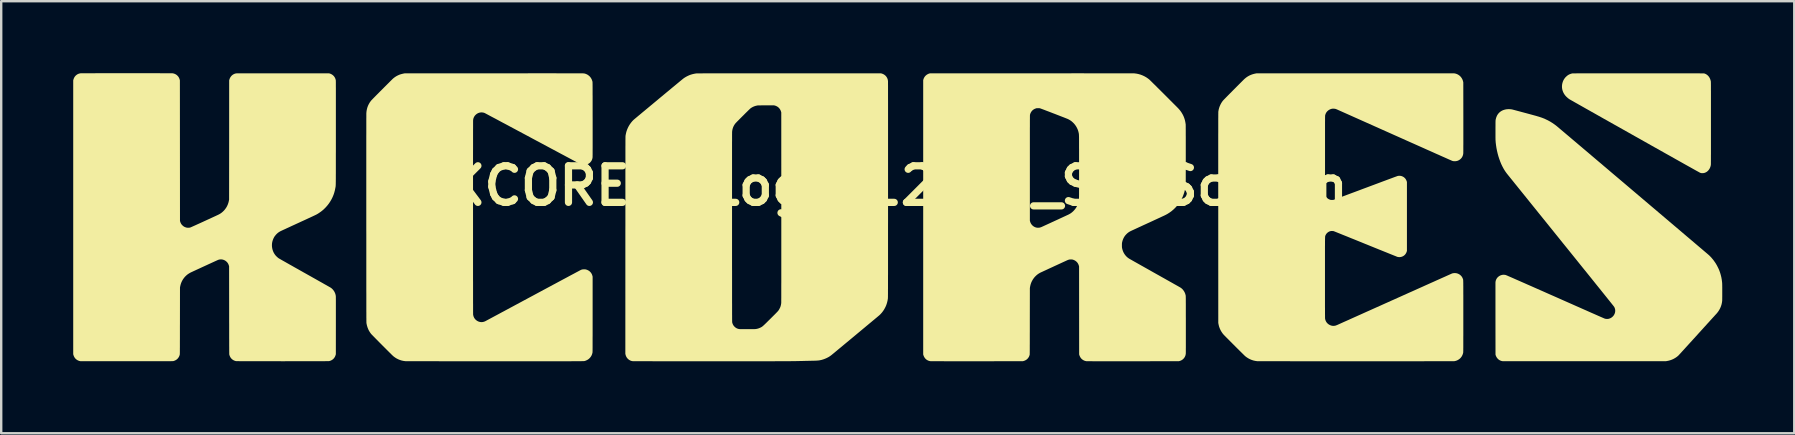
<source format=kicad_pcb>
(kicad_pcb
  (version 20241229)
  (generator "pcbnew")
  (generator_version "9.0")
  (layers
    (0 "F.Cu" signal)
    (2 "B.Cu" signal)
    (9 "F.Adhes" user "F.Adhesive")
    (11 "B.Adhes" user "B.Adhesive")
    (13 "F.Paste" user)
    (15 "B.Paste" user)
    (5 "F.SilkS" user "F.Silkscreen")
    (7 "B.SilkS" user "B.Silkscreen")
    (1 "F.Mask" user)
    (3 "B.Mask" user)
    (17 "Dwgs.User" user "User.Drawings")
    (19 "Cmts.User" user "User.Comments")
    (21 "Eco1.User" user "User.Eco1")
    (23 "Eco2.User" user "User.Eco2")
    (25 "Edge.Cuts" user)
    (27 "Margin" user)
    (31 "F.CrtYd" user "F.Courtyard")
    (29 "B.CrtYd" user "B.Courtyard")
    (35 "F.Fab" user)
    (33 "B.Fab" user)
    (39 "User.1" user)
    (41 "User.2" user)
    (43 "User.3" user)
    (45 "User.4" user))
  (footprint "KCORES-Logo_12mm_SilkScreen"
    (layer "F.Cu")
    (at 34.348 4.691)
    (property "Reference" "KCORES-Logo_12mm_SilkScreen" (at 0 0 0) (layer "F.SilkS") (effects (font (size 1.524 1.524) (thickness 0.3))))
    (attr board_only exclude_from_pos_files exclude_from_bom)
    (fp_poly (pts (xy 31.172 -4.686) (xy 31.323 -4.686) (xy 31.468 -4.686) (xy 31.607 -4.686) (xy 31.739 -4.686) (xy 31.865 -4.686) (xy 31.986 -4.686) (xy 32.1 -4.686) (xy 32.209 -4.686) (xy 32.313 -4.686) (xy 32.411 -4.686) (xy 32.504 -4.686) (xy 32.592 -4.686) (xy 32.676 -4.686) (xy 32.754 -4.686) (xy 32.828 -4.686) (xy 32.897 -4.686) (xy 32.962 -4.686) (xy 33.023 -4.686) (xy 33.08 -4.686) (xy 33.133 -4.685) (xy 33.182 -4.685) (xy 33.227 -4.685) (xy 33.269 -4.685) (xy 33.308 -4.685) (xy 33.344 -4.685) (xy 33.376 -4.685) (xy 33.406 -4.685) (xy 33.433 -4.684) (xy 33.457 -4.684) (xy 33.478 -4.684) (xy 33.498 -4.684) (xy 33.515 -4.684) (xy 33.53 -4.684) (xy 33.543 -4.683) (xy 33.555 -4.683) (xy 33.565 -4.683) (xy 33.573 -4.683) (xy 33.58 -4.682) (xy 33.586 -4.682) (xy 33.59 -4.682) (xy 33.594 -4.681) (xy 33.597 -4.681) (xy 33.599 -4.681) (xy 33.601 -4.68) (xy 33.603 -4.68) (xy 33.603 -4.68) (xy 33.647 -4.664) (xy 33.688 -4.642) (xy 33.726 -4.615) (xy 33.761 -4.582) (xy 33.792 -4.545) (xy 33.819 -4.503) (xy 33.841 -4.458) (xy 33.859 -4.409) (xy 33.872 -4.357) (xy 33.873 -4.351) (xy 33.873 -4.348) (xy 33.873 -4.345) (xy 33.874 -4.34) (xy 33.874 -4.334) (xy 33.875 -4.327) (xy 33.875 -4.318) (xy 33.875 -4.307) (xy 33.875 -4.295) (xy 33.876 -4.28) (xy 33.876 -4.264) (xy 33.876 -4.244) (xy 33.876 -4.223) (xy 33.877 -4.198) (xy 33.877 -4.171) (xy 33.877 -4.14) (xy 33.877 -4.106) (xy 33.877 -4.068) (xy 33.877 -4.027) (xy 33.877 -3.982) (xy 33.878 -3.933) (xy 33.878 -3.879) (xy 33.878 -3.822) (xy 33.878 -3.759) (xy 33.878 -3.692) (xy 33.878 -3.62) (xy 33.878 -3.543) (xy 33.878 -3.461) (xy 33.878 -3.373) (xy 33.878 -3.279) (xy 33.878 -3.18) (xy 33.878 -3.074) (xy 33.878 -2.963) (xy 33.878 -2.845) (xy 33.878 -2.72) (xy 33.878 -2.607) (xy 33.878 -2.476) (xy 33.878 -2.352) (xy 33.878 -2.235) (xy 33.878 -2.123) (xy 33.878 -2.018) (xy 33.878 -1.919) (xy 33.878 -1.826) (xy 33.878 -1.739) (xy 33.878 -1.657) (xy 33.878 -1.58) (xy 33.878 -1.508) (xy 33.878 -1.441) (xy 33.878 -1.379) (xy 33.878 -1.322) (xy 33.877 -1.269) (xy 33.877 -1.22) (xy 33.877 -1.176) (xy 33.877 -1.135) (xy 33.877 -1.098) (xy 33.877 -1.064) (xy 33.877 -1.034) (xy 33.876 -1.007) (xy 33.876 -0.982) (xy 33.876 -0.961) (xy 33.876 -0.943) (xy 33.876 -0.926) (xy 33.875 -0.912) (xy 33.875 -0.901) (xy 33.875 -0.891) (xy 33.874 -0.883) (xy 33.874 -0.876) (xy 33.874 -0.871) (xy 33.873 -0.867) (xy 33.873 -0.865) (xy 33.861 -0.812) (xy 33.844 -0.763) (xy 33.822 -0.717) (xy 33.795 -0.675) (xy 33.764 -0.637) (xy 33.73 -0.604) (xy 33.692 -0.576) (xy 33.65 -0.554) (xy 33.607 -0.538) (xy 33.586 -0.533) (xy 33.56 -0.53) (xy 33.533 -0.528) (xy 33.506 -0.527) (xy 33.483 -0.529) (xy 33.476 -0.53) (xy 33.464 -0.533) (xy 33.448 -0.537) (xy 33.432 -0.542) (xy 33.43 -0.543) (xy 33.426 -0.544) (xy 33.42 -0.547) (xy 33.411 -0.552) (xy 33.398 -0.559) (xy 33.382 -0.568) (xy 33.363 -0.579) (xy 33.34 -0.591) (xy 33.313 -0.606) (xy 33.283 -0.622) (xy 33.249 -0.641) (xy 33.211 -0.662) (xy 33.17 -0.685) (xy 33.124 -0.711) (xy 33.074 -0.739) (xy 33.021 -0.769) (xy 32.963 -0.801) (xy 32.9 -0.836) (xy 32.834 -0.873) (xy 32.762 -0.913) (xy 32.687 -0.956) (xy 32.606 -1.001) (xy 32.521 -1.049) (xy 32.431 -1.099) (xy 32.336 -1.153) (xy 32.237 -1.209) (xy 32.132 -1.268) (xy 32.022 -1.329) (xy 31.907 -1.394) (xy 31.786 -1.462) (xy 31.661 -1.533) (xy 31.529 -1.606) (xy 31.392 -1.683) (xy 31.25 -1.764) (xy 31.102 -1.847) (xy 30.948 -1.934) (xy 30.788 -2.024) (xy 30.705 -2.07) (xy 30.578 -2.142) (xy 30.452 -2.213) (xy 30.328 -2.283) (xy 30.205 -2.352) (xy 30.085 -2.42) (xy 29.966 -2.487) (xy 29.849 -2.552) (xy 29.734 -2.617) (xy 29.622 -2.68) (xy 29.513 -2.742) (xy 29.405 -2.802) (xy 29.301 -2.861) (xy 29.2 -2.918) (xy 29.101 -2.974) (xy 29.006 -3.028) (xy 28.914 -3.079) (xy 28.826 -3.129) (xy 28.741 -3.177) (xy 28.659 -3.223) (xy 28.582 -3.267) (xy 28.509 -3.308) (xy 28.439 -3.348) (xy 28.374 -3.384) (xy 28.314 -3.419) (xy 28.258 -3.45) (xy 28.206 -3.479) (xy 28.16 -3.506) (xy 28.118 -3.53) (xy 28.081 -3.55) (xy 28.05 -3.568) (xy 28.024 -3.583) (xy 28.003 -3.595) (xy 27.988 -3.604) (xy 27.979 -3.609) (xy 27.976 -3.611) (xy 27.917 -3.655) (xy 27.865 -3.702) (xy 27.818 -3.751) (xy 27.778 -3.803) (xy 27.744 -3.858) (xy 27.717 -3.914) (xy 27.696 -3.972) (xy 27.681 -4.032) (xy 27.673 -4.093) (xy 27.672 -4.154) (xy 27.677 -4.216) (xy 27.689 -4.276) (xy 27.707 -4.336) (xy 27.727 -4.384) (xy 27.751 -4.43) (xy 27.779 -4.472) (xy 27.811 -4.513) (xy 27.848 -4.55) (xy 27.892 -4.589) (xy 27.94 -4.622) (xy 27.992 -4.648) (xy 28.046 -4.668) (xy 28.091 -4.68) (xy 28.093 -4.68) (xy 28.095 -4.681) (xy 28.098 -4.681) (xy 28.102 -4.682) (xy 28.106 -4.682) (xy 28.112 -4.682) (xy 28.119 -4.682) (xy 28.127 -4.683) (xy 28.136 -4.683) (xy 28.147 -4.683) (xy 28.16 -4.683) (xy 28.175 -4.684) (xy 28.191 -4.684) (xy 28.21 -4.684) (xy 28.231 -4.684) (xy 28.255 -4.684) (xy 28.281 -4.685) (xy 28.31 -4.685) (xy 28.342 -4.685) (xy 28.376 -4.685) (xy 28.414 -4.685) (xy 28.455 -4.685) (xy 28.5 -4.685) (xy 28.548 -4.685) (xy 28.6 -4.685) (xy 28.656 -4.686) (xy 28.716 -4.686) (xy 28.78 -4.686) (xy 28.848 -4.686) (xy 28.92 -4.686) (xy 28.998 -4.686) (xy 29.079 -4.686) (xy 29.166 -4.686) (xy 29.258 -4.686) (xy 29.355 -4.686) (xy 29.457 -4.686) (xy 29.564 -4.686) (xy 29.677 -4.686) (xy 29.796 -4.686) (xy 29.921 -4.686) (xy 30.051 -4.686) (xy 30.188 -4.686) (xy 30.331 -4.686) (xy 30.481 -4.686) (xy 30.637 -4.686) (xy 30.799 -4.686) (xy 31.014 -4.686)) (stroke (width 0) (type solid)) (fill yes) (layer "F.SilkS"))
    (fp_poly (pts (xy 25.504 -3.192) (xy 25.525 -3.191) (xy 25.547 -3.188) (xy 25.567 -3.186) (xy 25.583 -3.184) (xy 25.586 -3.183) (xy 25.593 -3.182) (xy 25.606 -3.178) (xy 25.625 -3.174) (xy 25.649 -3.167) (xy 25.678 -3.16) (xy 25.712 -3.151) (xy 25.749 -3.141) (xy 25.79 -3.13) (xy 25.834 -3.118) (xy 25.881 -3.106) (xy 25.93 -3.093) (xy 25.98 -3.079) (xy 26.01 -3.071) (xy 26.063 -3.057) (xy 26.114 -3.043) (xy 26.164 -3.03) (xy 26.213 -3.017) (xy 26.259 -3.004) (xy 26.302 -2.993) (xy 26.341 -2.982) (xy 26.377 -2.972) (xy 26.409 -2.964) (xy 26.435 -2.956) (xy 26.457 -2.951) (xy 26.472 -2.947) (xy 26.477 -2.945) (xy 26.532 -2.93) (xy 26.587 -2.915) (xy 26.641 -2.899) (xy 26.692 -2.884) (xy 26.741 -2.869) (xy 26.785 -2.854) (xy 26.824 -2.841) (xy 26.858 -2.829) (xy 26.861 -2.827) (xy 26.973 -2.781) (xy 27.082 -2.729) (xy 27.188 -2.671) (xy 27.292 -2.606) (xy 27.391 -2.536) (xy 27.441 -2.497) (xy 27.446 -2.493) (xy 27.456 -2.485) (xy 27.472 -2.472) (xy 27.491 -2.455) (xy 27.516 -2.435) (xy 27.545 -2.41) (xy 27.579 -2.381) (xy 27.617 -2.349) (xy 27.66 -2.313) (xy 27.706 -2.274) (xy 27.757 -2.231) (xy 27.811 -2.185) (xy 27.869 -2.136) (xy 27.931 -2.084) (xy 27.996 -2.029) (xy 28.064 -1.971) (xy 28.136 -1.91) (xy 28.211 -1.847) (xy 28.289 -1.781) (xy 28.37 -1.712) (xy 28.453 -1.642) (xy 28.539 -1.569) (xy 28.628 -1.494) (xy 28.719 -1.417) (xy 28.812 -1.338) (xy 28.907 -1.257) (xy 29.004 -1.175) (xy 29.103 -1.091) (xy 29.204 -1.005) (xy 29.307 -0.919) (xy 29.411 -0.83) (xy 29.516 -0.741) (xy 29.623 -0.651) (xy 29.73 -0.559) (xy 29.839 -0.467) (xy 29.949 -0.374) (xy 30.059 -0.281) (xy 30.17 -0.187) (xy 30.282 -0.092) (xy 30.393 0.002) (xy 30.505 0.097) (xy 30.618 0.193) (xy 30.73 0.288) (xy 30.842 0.383) (xy 30.954 0.478) (xy 31.065 0.572) (xy 31.176 0.666) (xy 31.287 0.76) (xy 31.396 0.853) (xy 31.505 0.945) (xy 31.613 1.036) (xy 31.719 1.127) (xy 31.825 1.216) (xy 31.929 1.304) (xy 32.031 1.391) (xy 32.132 1.477) (xy 32.231 1.561) (xy 32.329 1.644) (xy 32.424 1.724) (xy 32.517 1.803) (xy 32.608 1.881) (xy 32.697 1.956) (xy 32.783 2.029) (xy 32.866 2.1) (xy 32.947 2.168) (xy 33.025 2.234) (xy 33.1 2.298) (xy 33.172 2.359) (xy 33.24 2.417) (xy 33.306 2.473) (xy 33.367 2.525) (xy 33.425 2.574) (xy 33.48 2.62) (xy 33.53 2.663) (xy 33.577 2.703) (xy 33.619 2.739) (xy 33.658 2.772) (xy 33.691 2.8) (xy 33.721 2.825) (xy 33.746 2.847) (xy 33.766 2.864) (xy 33.781 2.877) (xy 33.791 2.885) (xy 33.796 2.89) (xy 33.797 2.89) (xy 33.855 2.948) (xy 33.912 3.011) (xy 33.968 3.078) (xy 34.02 3.149) (xy 34.07 3.221) (xy 34.11 3.288) (xy 34.125 3.314) (xy 34.141 3.345) (xy 34.158 3.379) (xy 34.176 3.414) (xy 34.192 3.448) (xy 34.207 3.481) (xy 34.219 3.509) (xy 34.222 3.516) (xy 34.257 3.611) (xy 34.286 3.71) (xy 34.311 3.811) (xy 34.329 3.913) (xy 34.342 4.016) (xy 34.346 4.067) (xy 34.346 4.08) (xy 34.347 4.1) (xy 34.347 4.125) (xy 34.348 4.154) (xy 34.348 4.188) (xy 34.349 4.225) (xy 34.349 4.265) (xy 34.349 4.307) (xy 34.349 4.351) (xy 34.349 4.396) (xy 34.349 4.441) (xy 34.349 4.487) (xy 34.349 4.531) (xy 34.349 4.574) (xy 34.349 4.615) (xy 34.348 4.653) (xy 34.348 4.688) (xy 34.348 4.719) (xy 34.347 4.746) (xy 34.347 4.767) (xy 34.346 4.783) (xy 34.346 4.791) (xy 34.335 4.87) (xy 34.318 4.947) (xy 34.294 5.022) (xy 34.264 5.094) (xy 34.227 5.164) (xy 34.185 5.231) (xy 34.136 5.296) (xy 34.091 5.347) (xy 34.086 5.352) (xy 34.076 5.362) (xy 34.063 5.377) (xy 34.045 5.396) (xy 34.024 5.42) (xy 33.999 5.448) (xy 33.97 5.479) (xy 33.938 5.514) (xy 33.903 5.553) (xy 33.864 5.595) (xy 33.823 5.641) (xy 33.78 5.689) (xy 33.733 5.739) (xy 33.685 5.793) (xy 33.635 5.848) (xy 33.582 5.906) (xy 33.528 5.966) (xy 33.472 6.027) (xy 33.415 6.09) (xy 33.357 6.154) (xy 33.305 6.212) (xy 33.246 6.277) (xy 33.188 6.341) (xy 33.131 6.403) (xy 33.076 6.464) (xy 33.022 6.523) (xy 32.97 6.58) (xy 32.92 6.635) (xy 32.872 6.688) (xy 32.826 6.738) (xy 32.783 6.786) (xy 32.743 6.83) (xy 32.705 6.871) (xy 32.67 6.909) (xy 32.639 6.944) (xy 32.611 6.975) (xy 32.586 7.001) (xy 32.565 7.024) (xy 32.548 7.042) (xy 32.536 7.056) (xy 32.527 7.065) (xy 32.523 7.069) (xy 32.483 7.104) (xy 32.437 7.139) (xy 32.388 7.171) (xy 32.338 7.2) (xy 32.305 7.217) (xy 32.247 7.243) (xy 32.188 7.264) (xy 32.126 7.282) (xy 32.059 7.296) (xy 32.041 7.299) (xy 31.998 7.307) (xy 28.604 7.307) (xy 28.451 7.307) (xy 28.3 7.307) (xy 28.151 7.307) (xy 28.003 7.307) (xy 27.858 7.307) (xy 27.715 7.307) (xy 27.575 7.307) (xy 27.437 7.307) (xy 27.301 7.307) (xy 27.169 7.307) (xy 27.039 7.307) (xy 26.913 7.307) (xy 26.79 7.307) (xy 26.67 7.307) (xy 26.554 7.307) (xy 26.441 7.307) (xy 26.333 7.307) (xy 26.228 7.307) (xy 26.128 7.307) (xy 26.032 7.307) (xy 25.94 7.307) (xy 25.853 7.307) (xy 25.771 7.307) (xy 25.693 7.307) (xy 25.621 7.307) (xy 25.554 7.307) (xy 25.492 7.307) (xy 25.436 7.307) (xy 25.385 7.307) (xy 25.34 7.307) (xy 25.301 7.307) (xy 25.268 7.307) (xy 25.241 7.307) (xy 25.221 7.306) (xy 25.207 7.306) (xy 25.2 7.306) (xy 25.199 7.306) (xy 25.151 7.296) (xy 25.106 7.28) (xy 25.064 7.259) (xy 25.026 7.232) (xy 24.992 7.199) (xy 24.962 7.162) (xy 24.937 7.121) (xy 24.917 7.076) (xy 24.911 7.058) (xy 24.903 7.032) (xy 24.901 5.537) (xy 24.901 5.436) (xy 24.901 5.336) (xy 24.901 5.239) (xy 24.901 5.143) (xy 24.901 5.05) (xy 24.901 4.959) (xy 24.901 4.87) (xy 24.901 4.785) (xy 24.901 4.703) (xy 24.901 4.625) (xy 24.901 4.55) (xy 24.901 4.479) (xy 24.901 4.412) (xy 24.901 4.35) (xy 24.901 4.292) (xy 24.901 4.239) (xy 24.901 4.191) (xy 24.901 4.148) (xy 24.901 4.111) (xy 24.901 4.079) (xy 24.901 4.053) (xy 24.902 4.034) (xy 24.902 4.021) (xy 24.902 4.014) (xy 24.902 4.014) (xy 24.909 3.968) (xy 24.922 3.925) (xy 24.941 3.884) (xy 24.964 3.847) (xy 24.992 3.813) (xy 25.024 3.784) (xy 25.06 3.758) (xy 25.099 3.737) (xy 25.14 3.721) (xy 25.183 3.71) (xy 25.227 3.705) (xy 25.272 3.706) (xy 25.318 3.713) (xy 25.33 3.716) (xy 25.334 3.718) (xy 25.343 3.721) (xy 25.356 3.727) (xy 25.374 3.734) (xy 25.396 3.743) (xy 25.423 3.755) (xy 25.454 3.769) (xy 25.49 3.784) (xy 25.531 3.802) (xy 25.577 3.822) (xy 25.628 3.844) (xy 25.684 3.869) (xy 25.744 3.896) (xy 25.811 3.925) (xy 25.882 3.956) (xy 25.959 3.99) (xy 26.041 4.026) (xy 26.128 4.064) (xy 26.221 4.106) (xy 26.32 4.149) (xy 26.425 4.195) (xy 26.535 4.244) (xy 26.651 4.295) (xy 26.773 4.349) (xy 26.901 4.405) (xy 27.035 4.465) (xy 27.175 4.527) (xy 27.321 4.591) (xy 27.33 4.595) (xy 27.468 4.656) (xy 27.601 4.715) (xy 27.727 4.771) (xy 27.847 4.824) (xy 27.962 4.875) (xy 28.071 4.923) (xy 28.175 4.969) (xy 28.273 5.013) (xy 28.367 5.054) (xy 28.455 5.093) (xy 28.538 5.13) (xy 28.617 5.165) (xy 28.691 5.197) (xy 28.76 5.228) (xy 28.825 5.257) (xy 28.886 5.284) (xy 28.943 5.309) (xy 28.996 5.332) (xy 29.046 5.354) (xy 29.091 5.374) (xy 29.134 5.393) (xy 29.172 5.41) (xy 29.208 5.426) (xy 29.241 5.44) (xy 29.27 5.453) (xy 29.297 5.465) (xy 29.321 5.475) (xy 29.343 5.485) (xy 29.362 5.493) (xy 29.38 5.501) (xy 29.395 5.507) (xy 29.408 5.513) (xy 29.419 5.518) (xy 29.429 5.522) (xy 29.437 5.525) (xy 29.444 5.528) (xy 29.449 5.53) (xy 29.454 5.532) (xy 29.457 5.533) (xy 29.46 5.534) (xy 29.462 5.535) (xy 29.463 5.535) (xy 29.465 5.536) (xy 29.465 5.536) (xy 29.466 5.536) (xy 29.467 5.536) (xy 29.468 5.536) (xy 29.469 5.536) (xy 29.471 5.536) (xy 29.472 5.537) (xy 29.505 5.543) (xy 29.541 5.546) (xy 29.577 5.545) (xy 29.612 5.541) (xy 29.625 5.538) (xy 29.67 5.523) (xy 29.713 5.503) (xy 29.752 5.476) (xy 29.788 5.445) (xy 29.819 5.41) (xy 29.845 5.37) (xy 29.866 5.327) (xy 29.881 5.28) (xy 29.882 5.277) (xy 29.887 5.251) (xy 29.889 5.221) (xy 29.89 5.191) (xy 29.888 5.162) (xy 29.883 5.136) (xy 29.882 5.132) (xy 29.874 5.104) (xy 29.865 5.08) (xy 29.855 5.058) (xy 29.845 5.04) (xy 29.842 5.036) (xy 29.835 5.027) (xy 29.825 5.014) (xy 29.812 4.997) (xy 29.795 4.975) (xy 29.774 4.949) (xy 29.749 4.918) (xy 29.721 4.882) (xy 29.688 4.842) (xy 29.653 4.797) (xy 29.613 4.748) (xy 29.569 4.693) (xy 29.522 4.634) (xy 29.471 4.571) (xy 29.416 4.502) (xy 29.357 4.429) (xy 29.294 4.35) (xy 29.227 4.267) (xy 29.156 4.179) (xy 29.081 4.086) (xy 29.003 3.988) (xy 28.92 3.885) (xy 28.833 3.777) (xy 28.742 3.664) (xy 28.647 3.546) (xy 28.547 3.423) (xy 28.444 3.295) (xy 28.336 3.161) (xy 28.225 3.023) (xy 28.109 2.879) (xy 27.989 2.73) (xy 27.864 2.575) (xy 27.735 2.416) (xy 27.628 2.283) (xy 27.531 2.162) (xy 27.434 2.042) (xy 27.338 1.923) (xy 27.244 1.806) (xy 27.151 1.691) (xy 27.059 1.577) (xy 26.969 1.465) (xy 26.88 1.355) (xy 26.793 1.247) (xy 26.707 1.141) (xy 26.624 1.037) (xy 26.542 0.936) (xy 26.462 0.837) (xy 26.384 0.74) (xy 26.309 0.647) (xy 26.236 0.556) (xy 26.165 0.468) (xy 26.096 0.383) (xy 26.031 0.302) (xy 25.967 0.223) (xy 25.907 0.148) (xy 25.849 0.077) (xy 25.795 0.009) (xy 25.743 -0.055) (xy 25.694 -0.115) (xy 25.649 -0.172) (xy 25.607 -0.224) (xy 25.568 -0.272) (xy 25.533 -0.315) (xy 25.501 -0.355) (xy 25.474 -0.389) (xy 25.449 -0.419) (xy 25.429 -0.444) (xy 25.413 -0.465) (xy 25.4 -0.48) (xy 25.392 -0.49) (xy 25.388 -0.495) (xy 25.388 -0.495) (xy 25.365 -0.525) (xy 25.34 -0.559) (xy 25.314 -0.596) (xy 25.289 -0.634) (xy 25.265 -0.672) (xy 25.244 -0.707) (xy 25.237 -0.719) (xy 25.188 -0.811) (xy 25.141 -0.909) (xy 25.099 -1.012) (xy 25.06 -1.119) (xy 25.024 -1.229) (xy 24.993 -1.342) (xy 24.966 -1.457) (xy 24.943 -1.573) (xy 24.925 -1.69) (xy 24.911 -1.806) (xy 24.905 -1.892) (xy 24.904 -1.907) (xy 24.903 -1.93) (xy 24.903 -1.96) (xy 24.902 -1.996) (xy 24.902 -2.039) (xy 24.902 -2.089) (xy 24.902 -2.146) (xy 24.902 -2.209) (xy 24.902 -2.28) (xy 24.902 -2.337) (xy 24.902 -2.397) (xy 24.902 -2.45) (xy 24.903 -2.497) (xy 24.903 -2.539) (xy 24.903 -2.575) (xy 24.903 -2.606) (xy 24.903 -2.634) (xy 24.904 -2.657) (xy 24.904 -2.676) (xy 24.904 -2.693) (xy 24.905 -2.706) (xy 24.905 -2.718) (xy 24.906 -2.727) (xy 24.907 -2.735) (xy 24.907 -2.742) (xy 24.908 -2.748) (xy 24.909 -2.754) (xy 24.911 -2.76) (xy 24.911 -2.761) (xy 24.926 -2.824) (xy 24.947 -2.882) (xy 24.972 -2.936) (xy 25.002 -2.984) (xy 25.038 -3.028) (xy 25.078 -3.067) (xy 25.123 -3.101) (xy 25.173 -3.131) (xy 25.177 -3.133) (xy 25.231 -3.156) (xy 25.289 -3.174) (xy 25.349 -3.187) (xy 25.412 -3.193) (xy 25.476 -3.194)) (stroke (width 0) (type solid)) (fill yes) (layer "F.SilkS"))
    (fp_poly (pts (xy -31.963 -4.691) (xy -31.864 -4.691) (xy -31.765 -4.691) (xy -31.667 -4.691) (xy -31.571 -4.691) (xy -31.475 -4.691) (xy -31.381 -4.691) (xy -31.29 -4.691) (xy -31.2 -4.691) (xy -31.112 -4.691) (xy -31.027 -4.691) (xy -30.945 -4.691) (xy -30.866 -4.691) (xy -30.79 -4.691) (xy -30.718 -4.69) (xy -30.65 -4.69) (xy -30.586 -4.69) (xy -30.525 -4.69) (xy -30.47 -4.69) (xy -30.419 -4.69) (xy -30.373 -4.689) (xy -30.333 -4.689) (xy -30.298 -4.689) (xy -30.268 -4.689) (xy -30.245 -4.688) (xy -30.228 -4.688) (xy -30.217 -4.688) (xy -30.213 -4.688) (xy -30.165 -4.679) (xy -30.119 -4.664) (xy -30.075 -4.642) (xy -30.041 -4.62) (xy -30.004 -4.587) (xy -29.972 -4.551) (xy -29.946 -4.51) (xy -29.926 -4.466) (xy -29.913 -4.428) (xy -29.904 -4.394) (xy -29.902 -1.465) (xy -29.9 1.463) (xy -29.891 1.494) (xy -29.877 1.534) (xy -29.86 1.569) (xy -29.84 1.601) (xy -29.815 1.631) (xy -29.797 1.649) (xy -29.76 1.681) (xy -29.72 1.707) (xy -29.676 1.726) (xy -29.629 1.74) (xy -29.62 1.742) (xy -29.592 1.746) (xy -29.561 1.747) (xy -29.528 1.746) (xy -29.496 1.742) (xy -29.469 1.736) (xy -29.468 1.735) (xy -29.462 1.733) (xy -29.45 1.728) (xy -29.433 1.721) (xy -29.411 1.711) (xy -29.384 1.699) (xy -29.353 1.685) (xy -29.318 1.669) (xy -29.279 1.652) (xy -29.237 1.633) (xy -29.192 1.612) (xy -29.145 1.591) (xy -29.096 1.569) (xy -29.045 1.546) (xy -28.993 1.522) (xy -28.94 1.498) (xy -28.887 1.473) (xy -28.834 1.449) (xy -28.78 1.424) (xy -28.728 1.4) (xy -28.676 1.377) (xy -28.626 1.354) (xy -28.578 1.331) (xy -28.532 1.31) (xy -28.488 1.29) (xy -28.448 1.271) (xy -28.41 1.254) (xy -28.377 1.238) (xy -28.348 1.225) (xy -28.323 1.213) (xy -28.303 1.203) (xy -28.288 1.196) (xy -28.281 1.193) (xy -28.22 1.158) (xy -28.163 1.117) (xy -28.109 1.071) (xy -28.058 1.02) (xy -28.013 0.964) (xy -27.972 0.905) (xy -27.937 0.842) (xy -27.935 0.837) (xy -27.913 0.79) (xy -27.895 0.741) (xy -27.879 0.69) (xy -27.866 0.635) (xy -27.862 0.615) (xy -27.854 0.576) (xy -27.852 -1.909) (xy -27.851 -4.394) (xy -27.841 -4.428) (xy -27.825 -4.475) (xy -27.803 -4.518) (xy -27.776 -4.557) (xy -27.745 -4.592) (xy -27.709 -4.622) (xy -27.669 -4.647) (xy -27.626 -4.667) (xy -27.58 -4.68) (xy -27.575 -4.681) (xy -27.572 -4.682) (xy -27.57 -4.682) (xy -27.567 -4.683) (xy -27.563 -4.683) (xy -27.559 -4.684) (xy -27.553 -4.684) (xy -27.547 -4.684) (xy -27.539 -4.685) (xy -27.53 -4.685) (xy -27.519 -4.685) (xy -27.506 -4.685) (xy -27.492 -4.686) (xy -27.475 -4.686) (xy -27.456 -4.686) (xy -27.434 -4.686) (xy -27.41 -4.686) (xy -27.383 -4.687) (xy -27.353 -4.687) (xy -27.32 -4.687) (xy -27.284 -4.687) (xy -27.244 -4.687) (xy -27.2 -4.687) (xy -27.152 -4.687) (xy -27.101 -4.687) (xy -27.045 -4.687) (xy -26.985 -4.687) (xy -26.921 -4.687) (xy -26.852 -4.687) (xy -26.778 -4.687) (xy -26.698 -4.687) (xy -26.614 -4.687) (xy -26.524 -4.687) (xy -26.429 -4.687) (xy -26.328 -4.687) (xy -26.221 -4.687) (xy -26.109 -4.687) (xy -25.989 -4.687) (xy -25.864 -4.687) (xy -25.732 -4.687) (xy -25.616 -4.687) (xy -23.689 -4.686) (xy -23.659 -4.677) (xy -23.642 -4.671) (xy -23.624 -4.665) (xy -23.61 -4.659) (xy -23.607 -4.657) (xy -23.566 -4.635) (xy -23.529 -4.607) (xy -23.495 -4.575) (xy -23.466 -4.538) (xy -23.443 -4.498) (xy -23.424 -4.454) (xy -23.412 -4.409) (xy -23.409 -4.388) (xy -23.408 -4.384) (xy -23.408 -4.375) (xy -23.408 -4.361) (xy -23.408 -4.342) (xy -23.407 -4.319) (xy -23.407 -4.291) (xy -23.407 -4.257) (xy -23.407 -4.219) (xy -23.407 -4.175) (xy -23.407 -4.126) (xy -23.406 -4.072) (xy -23.406 -4.012) (xy -23.406 -3.947) (xy -23.406 -3.876) (xy -23.406 -3.799) (xy -23.406 -3.717) (xy -23.406 -3.629) (xy -23.406 -3.535) (xy -23.406 -3.434) (xy -23.406 -3.328) (xy -23.406 -3.216) (xy -23.406 -3.097) (xy -23.406 -2.972) (xy -23.406 -2.84) (xy -23.406 -2.702) (xy -23.406 -2.557) (xy -23.406 -2.406) (xy -23.406 -2.248) (xy -23.406 -2.206) (xy -23.406 -2.06) (xy -23.406 -1.92) (xy -23.406 -1.787) (xy -23.406 -1.66) (xy -23.406 -1.539) (xy -23.406 -1.425) (xy -23.407 -1.316) (xy -23.407 -1.213) (xy -23.407 -1.116) (xy -23.407 -1.024) (xy -23.407 -0.937) (xy -23.407 -0.855) (xy -23.407 -0.779) (xy -23.407 -0.707) (xy -23.407 -0.639) (xy -23.407 -0.576) (xy -23.407 -0.517) (xy -23.408 -0.463) (xy -23.408 -0.412) (xy -23.408 -0.365) (xy -23.408 -0.322) (xy -23.408 -0.282) (xy -23.409 -0.245) (xy -23.409 -0.211) (xy -23.409 -0.181) (xy -23.41 -0.153) (xy -23.41 -0.128) (xy -23.41 -0.105) (xy -23.411 -0.084) (xy -23.411 -0.066) (xy -23.412 -0.05) (xy -23.412 -0.035) (xy -23.413 -0.022) (xy -23.414 -0.01) (xy -23.414 -0.000108) (xy -23.415 0.009) (xy -23.416 0.017) (xy -23.416 0.024) (xy -23.417 0.031) (xy -23.418 0.037) (xy -23.419 0.043) (xy -23.42 0.049) (xy -23.421 0.055) (xy -23.422 0.06) (xy -23.423 0.067) (xy -23.424 0.073) (xy -23.426 0.081) (xy -23.426 0.082) (xy -23.446 0.182) (xy -23.472 0.281) (xy -23.504 0.377) (xy -23.543 0.471) (xy -23.588 0.562) (xy -23.639 0.65) (xy -23.695 0.735) (xy -23.757 0.815) (xy -23.824 0.892) (xy -23.897 0.965) (xy -23.974 1.033) (xy -23.993 1.048) (xy -24.011 1.062) (xy -24.034 1.079) (xy -24.059 1.097) (xy -24.087 1.116) (xy -24.114 1.135) (xy -24.141 1.152) (xy -24.165 1.167) (xy -24.185 1.179) (xy -24.188 1.18) (xy -24.195 1.184) (xy -24.202 1.189) (xy -24.21 1.193) (xy -24.22 1.198) (xy -24.23 1.203) (xy -24.242 1.209) (xy -24.255 1.216) (xy -24.271 1.223) (xy -24.289 1.232) (xy -24.309 1.241) (xy -24.332 1.252) (xy -24.358 1.264) (xy -24.387 1.278) (xy -24.42 1.293) (xy -24.456 1.31) (xy -24.496 1.329) (xy -24.541 1.349) (xy -24.59 1.372) (xy -24.643 1.397) (xy -24.702 1.424) (xy -24.766 1.453) (xy -24.836 1.485) (xy -24.911 1.52) (xy -24.992 1.557) (xy -24.994 1.558) (xy -25.06 1.588) (xy -25.124 1.618) (xy -25.186 1.646) (xy -25.247 1.674) (xy -25.305 1.701) (xy -25.36 1.727) (xy -25.413 1.751) (xy -25.462 1.773) (xy -25.507 1.795) (xy -25.549 1.814) (xy -25.587 1.831) (xy -25.621 1.847) (xy -25.649 1.86) (xy -25.673 1.871) (xy -25.691 1.88) (xy -25.704 1.886) (xy -25.711 1.889) (xy -25.711 1.889) (xy -25.765 1.92) (xy -25.817 1.956) (xy -25.865 1.998) (xy -25.909 2.044) (xy -25.949 2.094) (xy -25.962 2.113) (xy -25.988 2.157) (xy -26.012 2.206) (xy -26.032 2.257) (xy -26.048 2.309) (xy -26.057 2.344) (xy -26.067 2.409) (xy -26.07 2.475) (xy -26.067 2.54) (xy -26.057 2.605) (xy -26.042 2.668) (xy -26.02 2.73) (xy -25.993 2.789) (xy -25.959 2.845) (xy -25.923 2.894) (xy -25.905 2.914) (xy -25.884 2.936) (xy -25.86 2.959) (xy -25.836 2.981) (xy -25.813 3) (xy -25.795 3.014) (xy -25.79 3.017) (xy -25.779 3.024) (xy -25.762 3.034) (xy -25.739 3.047) (xy -25.712 3.062) (xy -25.68 3.081) (xy -25.643 3.102) (xy -25.601 3.126) (xy -25.555 3.152) (xy -25.505 3.18) (xy -25.451 3.211) (xy -25.394 3.243) (xy -25.333 3.278) (xy -25.268 3.314) (xy -25.201 3.352) (xy -25.131 3.392) (xy -25.058 3.433) (xy -24.982 3.475) (xy -24.905 3.519) (xy -24.825 3.564) (xy -24.744 3.61) (xy -24.704 3.632) (xy -24.624 3.677) (xy -24.546 3.721) (xy -24.469 3.764) (xy -24.395 3.806) (xy -24.322 3.847) (xy -24.252 3.886) (xy -24.184 3.925) (xy -24.12 3.961) (xy -24.058 3.996) (xy -23.999 4.029) (xy -23.944 4.06) (xy -23.892 4.09) (xy -23.844 4.117) (xy -23.8 4.141) (xy -23.761 4.164) (xy -23.726 4.183) (xy -23.696 4.201) (xy -23.671 4.215) (xy -23.65 4.226) (xy -23.636 4.235) (xy -23.627 4.24) (xy -23.624 4.242) (xy -23.578 4.276) (xy -23.538 4.315) (xy -23.502 4.359) (xy -23.471 4.406) (xy -23.446 4.457) (xy -23.426 4.51) (xy -23.413 4.565) (xy -23.409 4.595) (xy -23.408 4.601) (xy -23.408 4.612) (xy -23.408 4.628) (xy -23.407 4.65) (xy -23.407 4.677) (xy -23.407 4.709) (xy -23.406 4.747) (xy -23.406 4.791) (xy -23.406 4.84) (xy -23.406 4.896) (xy -23.406 4.957) (xy -23.406 5.024) (xy -23.406 5.097) (xy -23.406 5.177) (xy -23.406 5.263) (xy -23.406 5.355) (xy -23.406 5.454) (xy -23.406 5.559) (xy -23.406 5.671) (xy -23.406 5.79) (xy -23.406 5.821) (xy -23.407 7.015) (xy -23.416 7.047) (xy -23.433 7.095) (xy -23.455 7.139) (xy -23.482 7.178) (xy -23.514 7.213) (xy -23.551 7.243) (xy -23.592 7.268) (xy -23.637 7.288) (xy -23.685 7.301) (xy -23.691 7.303) (xy -23.696 7.303) (xy -23.708 7.303) (xy -23.726 7.304) (xy -23.75 7.304) (xy -23.78 7.304) (xy -23.816 7.304) (xy -23.858 7.305) (xy -23.904 7.305) (xy -23.956 7.305) (xy -24.012 7.305) (xy -24.073 7.306) (xy -24.138 7.306) (xy -24.207 7.306) (xy -24.279 7.306) (xy -24.356 7.306) (xy -24.435 7.307) (xy -24.518 7.307) (xy -24.603 7.307) (xy -24.691 7.307) (xy -24.781 7.307) (xy -24.874 7.307) (xy -24.968 7.307) (xy -25.064 7.307) (xy -25.161 7.307) (xy -25.259 7.307) (xy -25.358 7.307) (xy -25.458 7.307) (xy -25.559 7.308) (xy -25.659 7.308) (xy -25.759 7.307) (xy -25.859 7.307) (xy -25.959 7.307) (xy -26.058 7.307) (xy -26.155 7.307) (xy -26.252 7.307) (xy -26.347 7.307) (xy -26.44 7.307) (xy -26.531 7.307) (xy -26.62 7.307) (xy -26.706 7.307) (xy -26.79 7.307) (xy -26.871 7.306) (xy -26.948 7.306) (xy -27.022 7.306) (xy -27.093 7.306) (xy -27.16 7.306) (xy -27.222 7.305) (xy -27.28 7.305) (xy -27.333 7.305) (xy -27.382 7.305) (xy -27.425 7.305) (xy -27.464 7.304) (xy -27.496 7.304) (xy -27.523 7.304) (xy -27.543 7.303) (xy -27.558 7.303) (xy -27.566 7.303) (xy -27.567 7.303) (xy -27.613 7.29) (xy -27.658 7.272) (xy -27.699 7.248) (xy -27.736 7.219) (xy -27.769 7.186) (xy -27.792 7.155) (xy -27.813 7.118) (xy -27.831 7.077) (xy -27.845 7.032) (xy -27.846 7.028) (xy -27.846 7.026) (xy -27.847 7.02) (xy -27.847 7.011) (xy -27.847 6.999) (xy -27.848 6.984) (xy -27.848 6.965) (xy -27.848 6.943) (xy -27.848 6.917) (xy -27.849 6.887) (xy -27.849 6.853) (xy -27.849 6.814) (xy -27.849 6.772) (xy -27.849 6.725) (xy -27.85 6.673) (xy -27.85 6.617) (xy -27.85 6.556) (xy -27.85 6.49) (xy -27.85 6.419) (xy -27.851 6.342) (xy -27.851 6.26) (xy -27.851 6.172) (xy -27.851 6.079) (xy -27.851 5.98) (xy -27.851 5.875) (xy -27.851 5.764) (xy -27.852 5.647) (xy -27.852 5.523) (xy -27.852 5.392) (xy -27.852 5.255) (xy -27.852 5.181) (xy -27.854 3.352) (xy -27.862 3.325) (xy -27.878 3.279) (xy -27.898 3.237) (xy -27.924 3.199) (xy -27.952 3.168) (xy -27.988 3.136) (xy -28.027 3.11) (xy -28.069 3.09) (xy -28.113 3.075) (xy -28.158 3.067) (xy -28.204 3.065) (xy -28.25 3.069) (xy -28.295 3.08) (xy -28.313 3.086) (xy -28.319 3.089) (xy -28.33 3.094) (xy -28.348 3.102) (xy -28.37 3.112) (xy -28.397 3.124) (xy -28.428 3.138) (xy -28.463 3.154) (xy -28.502 3.172) (xy -28.544 3.191) (xy -28.588 3.211) (xy -28.635 3.233) (xy -28.684 3.255) (xy -28.734 3.278) (xy -28.785 3.302) (xy -28.838 3.326) (xy -28.89 3.35) (xy -28.943 3.374) (xy -28.995 3.398) (xy -29.046 3.422) (xy -29.096 3.445) (xy -29.145 3.467) (xy -29.192 3.489) (xy -29.236 3.509) (xy -29.277 3.529) (xy -29.316 3.546) (xy -29.35 3.562) (xy -29.381 3.577) (xy -29.408 3.589) (xy -29.429 3.599) (xy -29.446 3.607) (xy -29.457 3.612) (xy -29.46 3.614) (xy -29.524 3.65) (xy -29.585 3.691) (xy -29.641 3.738) (xy -29.693 3.789) (xy -29.739 3.845) (xy -29.781 3.905) (xy -29.817 3.969) (xy -29.821 3.978) (xy -29.844 4.028) (xy -29.863 4.079) (xy -29.879 4.134) (xy -29.892 4.193) (xy -29.893 4.197) (xy -29.9 4.236) (xy -29.902 5.623) (xy -29.902 5.74) (xy -29.903 5.85) (xy -29.903 5.954) (xy -29.903 6.051) (xy -29.903 6.143) (xy -29.903 6.228) (xy -29.903 6.308) (xy -29.903 6.382) (xy -29.904 6.451) (xy -29.904 6.515) (xy -29.904 6.574) (xy -29.904 6.628) (xy -29.904 6.678) (xy -29.904 6.723) (xy -29.905 6.765) (xy -29.905 6.802) (xy -29.905 6.836) (xy -29.905 6.866) (xy -29.905 6.893) (xy -29.906 6.917) (xy -29.906 6.938) (xy -29.906 6.956) (xy -29.906 6.972) (xy -29.907 6.986) (xy -29.907 6.997) (xy -29.907 7.006) (xy -29.908 7.014) (xy -29.908 7.02) (xy -29.909 7.025) (xy -29.909 7.029) (xy -29.91 7.032) (xy -29.91 7.034) (xy -29.924 7.08) (xy -29.943 7.122) (xy -29.966 7.159) (xy -29.994 7.194) (xy -30.005 7.206) (xy -30.039 7.236) (xy -30.075 7.26) (xy -30.115 7.28) (xy -30.159 7.296) (xy -30.177 7.301) (xy -30.179 7.301) (xy -30.182 7.302) (xy -30.185 7.302) (xy -30.19 7.303) (xy -30.196 7.303) (xy -30.203 7.303) (xy -30.211 7.304) (xy -30.222 7.304) (xy -30.234 7.304) (xy -30.248 7.304) (xy -30.264 7.305) (xy -30.283 7.305) (xy -30.304 7.305) (xy -30.328 7.305) (xy -30.355 7.305) (xy -30.385 7.306) (xy -30.419 7.306) (xy -30.455 7.306) (xy -30.495 7.306) (xy -30.539 7.306) (xy -30.587 7.306) (xy -30.639 7.306) (xy -30.695 7.306) (xy -30.755 7.307) (xy -30.82 7.307) (xy -30.89 7.307) (xy -30.965 7.307) (xy -31.045 7.307) (xy -31.13 7.307) (xy -31.22 7.307) (xy -31.316 7.307) (xy -31.418 7.307) (xy -31.525 7.307) (xy -31.639 7.307) (xy -31.759 7.307) (xy -31.886 7.307) (xy -32.019 7.307) (xy -32.112 7.307) (xy -32.244 7.307) (xy -32.372 7.307) (xy -32.497 7.307) (xy -32.618 7.307) (xy -32.735 7.307) (xy -32.848 7.307) (xy -32.957 7.307) (xy -33.061 7.307) (xy -33.162 7.307) (xy -33.257 7.307) (xy -33.348 7.307) (xy -33.434 7.307) (xy -33.515 7.307) (xy -33.591 7.307) (xy -33.661 7.307) (xy -33.726 7.306) (xy -33.786 7.306) (xy -33.84 7.306) (xy -33.888 7.306) (xy -33.93 7.306) (xy -33.966 7.306) (xy -33.996 7.305) (xy -34.019 7.305) (xy -34.036 7.305) (xy -34.047 7.305) (xy -34.05 7.305) (xy -34.064 7.302) (xy -34.083 7.298) (xy -34.102 7.293) (xy -34.114 7.289) (xy -34.159 7.27) (xy -34.2 7.246) (xy -34.237 7.216) (xy -34.27 7.182) (xy -34.297 7.143) (xy -34.32 7.1) (xy -34.337 7.053) (xy -34.34 7.043) (xy -34.348 7.015) (xy -34.348 -4.394) (xy -34.34 -4.424) (xy -34.324 -4.471) (xy -34.303 -4.515) (xy -34.277 -4.555) (xy -34.246 -4.59) (xy -34.211 -4.62) (xy -34.172 -4.646) (xy -34.129 -4.666) (xy -34.083 -4.68) (xy -34.039 -4.688) (xy -34.033 -4.688) (xy -34.02 -4.688) (xy -34.002 -4.688) (xy -33.977 -4.689) (xy -33.946 -4.689) (xy -33.909 -4.689) (xy -33.867 -4.689) (xy -33.82 -4.689) (xy -33.768 -4.69) (xy -33.711 -4.69) (xy -33.65 -4.69) (xy -33.585 -4.69) (xy -33.515 -4.69) (xy -33.442 -4.69) (xy -33.366 -4.691) (xy -33.286 -4.691) (xy -33.203 -4.691) (xy -33.117 -4.691) (xy -33.029 -4.691) (xy -32.939 -4.691) (xy -32.846 -4.691) (xy -32.752 -4.691) (xy -32.656 -4.691) (xy -32.559 -4.691) (xy -32.461 -4.691) (xy -32.362 -4.691) (xy -32.263 -4.691) (xy -32.163 -4.691) (xy -32.063 -4.691)) (stroke (width 0) (type solid)) (fill yes) (layer "F.SilkS"))
    (fp_poly (pts (xy -14.578 -4.688) (xy -14.473 -4.688) (xy -14.374 -4.688) (xy -14.279 -4.688) (xy -14.189 -4.687) (xy -14.104 -4.687) (xy -14.023 -4.687) (xy -13.946 -4.687) (xy -13.874 -4.687) (xy -13.806 -4.687) (xy -13.741 -4.687) (xy -13.681 -4.687) (xy -13.624 -4.687) (xy -13.571 -4.687) (xy -13.522 -4.687) (xy -13.476 -4.687) (xy -13.433 -4.687) (xy -13.393 -4.687) (xy -13.356 -4.686) (xy -13.323 -4.686) (xy -13.292 -4.686) (xy -13.263 -4.686) (xy -13.237 -4.686) (xy -13.214 -4.686) (xy -13.193 -4.686) (xy -13.174 -4.685) (xy -13.157 -4.685) (xy -13.142 -4.685) (xy -13.129 -4.685) (xy -13.117 -4.685) (xy -13.107 -4.684) (xy -13.099 -4.684) (xy -13.092 -4.684) (xy -13.086 -4.684) (xy -13.081 -4.683) (xy -13.077 -4.683) (xy -13.074 -4.683) (xy -13.072 -4.683) (xy -13.072 -4.683) (xy -13.019 -4.671) (xy -12.969 -4.652) (xy -12.921 -4.628) (xy -12.877 -4.597) (xy -12.836 -4.561) (xy -12.833 -4.558) (xy -12.798 -4.517) (xy -12.769 -4.473) (xy -12.744 -4.423) (xy -12.725 -4.37) (xy -12.716 -4.337) (xy -12.716 -4.335) (xy -12.716 -4.332) (xy -12.715 -4.328) (xy -12.715 -4.323) (xy -12.714 -4.317) (xy -12.714 -4.31) (xy -12.714 -4.301) (xy -12.713 -4.29) (xy -12.713 -4.278) (xy -12.713 -4.263) (xy -12.713 -4.246) (xy -12.712 -4.226) (xy -12.712 -4.204) (xy -12.712 -4.179) (xy -12.712 -4.151) (xy -12.711 -4.119) (xy -12.711 -4.084) (xy -12.711 -4.046) (xy -12.711 -4.003) (xy -12.711 -3.957) (xy -12.711 -3.906) (xy -12.711 -3.851) (xy -12.711 -3.792) (xy -12.71 -3.727) (xy -12.71 -3.658) (xy -12.71 -3.583) (xy -12.71 -3.504) (xy -12.71 -3.418) (xy -12.71 -3.327) (xy -12.71 -3.23) (xy -12.71 -3.127) (xy -12.71 -3.017) (xy -12.71 -2.901) (xy -12.709 -2.779) (xy -12.709 -2.765) (xy -12.709 -2.631) (xy -12.709 -2.504) (xy -12.709 -2.384) (xy -12.709 -2.27) (xy -12.709 -2.163) (xy -12.709 -2.062) (xy -12.709 -1.967) (xy -12.709 -1.878) (xy -12.709 -1.795) (xy -12.709 -1.718) (xy -12.709 -1.646) (xy -12.709 -1.581) (xy -12.71 -1.52) (xy -12.71 -1.465) (xy -12.71 -1.416) (xy -12.71 -1.371) (xy -12.71 -1.332) (xy -12.71 -1.298) (xy -12.711 -1.268) (xy -12.711 -1.243) (xy -12.711 -1.222) (xy -12.711 -1.207) (xy -12.712 -1.195) (xy -12.712 -1.188) (xy -12.712 -1.185) (xy -12.72 -1.139) (xy -12.733 -1.096) (xy -12.751 -1.055) (xy -12.769 -1.026) (xy -12.799 -0.987) (xy -12.833 -0.953) (xy -12.873 -0.925) (xy -12.916 -0.901) (xy -12.963 -0.883) (xy -12.999 -0.873) (xy -13.012 -0.871) (xy -13.029 -0.87) (xy -13.05 -0.869) (xy -13.07 -0.869) (xy -13.109 -0.871) (xy -13.144 -0.876) (xy -13.176 -0.884) (xy -13.207 -0.897) (xy -13.212 -0.899) (xy -13.222 -0.904) (xy -13.238 -0.913) (xy -13.259 -0.924) (xy -13.286 -0.938) (xy -13.318 -0.956) (xy -13.355 -0.975) (xy -13.398 -0.998) (xy -13.445 -1.023) (xy -13.496 -1.05) (xy -13.552 -1.08) (xy -13.612 -1.113) (xy -13.677 -1.147) (xy -13.745 -1.184) (xy -13.818 -1.222) (xy -13.893 -1.263) (xy -13.973 -1.305) (xy -14.055 -1.349) (xy -14.141 -1.395) (xy -14.23 -1.443) (xy -14.322 -1.492) (xy -14.416 -1.542) (xy -14.513 -1.594) (xy -14.612 -1.647) (xy -14.714 -1.701) (xy -14.817 -1.757) (xy -14.922 -1.813) (xy -15.03 -1.87) (xy -15.138 -1.928) (xy -15.211 -1.967) (xy -15.32 -2.026) (xy -15.428 -2.084) (xy -15.535 -2.141) (xy -15.64 -2.197) (xy -15.742 -2.252) (xy -15.843 -2.305) (xy -15.941 -2.358) (xy -16.037 -2.409) (xy -16.131 -2.459) (xy -16.221 -2.508) (xy -16.309 -2.555) (xy -16.394 -2.6) (xy -16.476 -2.643) (xy -16.554 -2.685) (xy -16.628 -2.725) (xy -16.699 -2.763) (xy -16.766 -2.799) (xy -16.829 -2.832) (xy -16.888 -2.863) (xy -16.943 -2.892) (xy -16.993 -2.919) (xy -17.038 -2.943) (xy -17.078 -2.965) (xy -17.114 -2.983) (xy -17.144 -3) (xy -17.169 -3.013) (xy -17.189 -3.023) (xy -17.203 -3.03) (xy -17.211 -3.034) (xy -17.213 -3.036) (xy -17.26 -3.05) (xy -17.307 -3.057) (xy -17.355 -3.058) (xy -17.402 -3.053) (xy -17.448 -3.041) (xy -17.492 -3.023) (xy -17.534 -2.998) (xy -17.548 -2.988) (xy -17.586 -2.955) (xy -17.619 -2.919) (xy -17.645 -2.878) (xy -17.666 -2.835) (xy -17.681 -2.788) (xy -17.689 -2.739) (xy -17.689 -2.734) (xy -17.689 -2.723) (xy -17.689 -2.704) (xy -17.69 -2.68) (xy -17.69 -2.649) (xy -17.69 -2.612) (xy -17.69 -2.569) (xy -17.69 -2.521) (xy -17.69 -2.466) (xy -17.69 -2.407) (xy -17.691 -2.342) (xy -17.691 -2.272) (xy -17.691 -2.198) (xy -17.691 -2.118) (xy -17.691 -2.034) (xy -17.691 -1.946) (xy -17.691 -1.853) (xy -17.691 -1.757) (xy -17.691 -1.656) (xy -17.691 -1.552) (xy -17.692 -1.444) (xy -17.692 -1.332) (xy -17.692 -1.218) (xy -17.692 -1.1) (xy -17.692 -0.98) (xy -17.692 -0.856) (xy -17.692 -0.73) (xy -17.692 -0.602) (xy -17.692 -0.471) (xy -17.692 -0.339) (xy -17.692 -0.204) (xy -17.692 -0.068) (xy -17.692 0.07) (xy -17.692 0.21) (xy -17.692 0.35) (xy -17.692 0.492) (xy -17.692 0.635) (xy -17.692 0.778) (xy -17.692 0.923) (xy -17.692 1.067) (xy -17.692 1.212) (xy -17.692 1.357) (xy -17.692 1.502) (xy -17.692 1.646) (xy -17.692 1.791) (xy -17.692 1.934) (xy -17.692 2.077) (xy -17.692 2.22) (xy -17.692 2.361) (xy -17.692 2.5) (xy -17.692 2.639) (xy -17.692 2.776) (xy -17.692 2.911) (xy -17.692 3.045) (xy -17.692 3.176) (xy -17.692 3.305) (xy -17.692 3.432) (xy -17.692 3.556) (xy -17.692 3.678) (xy -17.692 3.796) (xy -17.692 3.912) (xy -17.691 4.025) (xy -17.691 4.134) (xy -17.691 4.239) (xy -17.691 4.341) (xy -17.691 4.439) (xy -17.691 4.533) (xy -17.691 4.623) (xy -17.691 4.709) (xy -17.691 4.79) (xy -17.691 4.866) (xy -17.69 4.938) (xy -17.69 5.004) (xy -17.69 5.065) (xy -17.69 5.121) (xy -17.69 5.172) (xy -17.69 5.217) (xy -17.69 5.256) (xy -17.689 5.289) (xy -17.689 5.315) (xy -17.689 5.336) (xy -17.689 5.35) (xy -17.689 5.357) (xy -17.689 5.358) (xy -17.68 5.407) (xy -17.666 5.453) (xy -17.646 5.496) (xy -17.62 5.536) (xy -17.589 5.572) (xy -17.553 5.603) (xy -17.513 5.63) (xy -17.469 5.652) (xy -17.439 5.662) (xy -17.392 5.674) (xy -17.345 5.678) (xy -17.298 5.676) (xy -17.251 5.666) (xy -17.204 5.65) (xy -17.178 5.638) (xy -17.174 5.636) (xy -17.163 5.63) (xy -17.147 5.621) (xy -17.125 5.61) (xy -17.098 5.595) (xy -17.066 5.578) (xy -17.028 5.558) (xy -16.986 5.535) (xy -16.939 5.51) (xy -16.887 5.482) (xy -16.831 5.452) (xy -16.77 5.419) (xy -16.706 5.385) (xy -16.637 5.348) (xy -16.565 5.309) (xy -16.489 5.268) (xy -16.409 5.226) (xy -16.327 5.181) (xy -16.241 5.135) (xy -16.152 5.087) (xy -16.06 5.038) (xy -15.966 4.987) (xy -15.869 4.935) (xy -15.77 4.882) (xy -15.669 4.828) (xy -15.566 4.772) (xy -15.461 4.716) (xy -15.354 4.658) (xy -15.245 4.6) (xy -15.187 4.569) (xy -15.078 4.51) (xy -14.97 4.452) (xy -14.864 4.395) (xy -14.76 4.339) (xy -14.657 4.284) (xy -14.557 4.23) (xy -14.459 4.178) (xy -14.364 4.126) (xy -14.271 4.077) (xy -14.18 4.028) (xy -14.093 3.981) (xy -14.009 3.936) (xy -13.927 3.892) (xy -13.85 3.851) (xy -13.775 3.811) (xy -13.705 3.773) (xy -13.638 3.737) (xy -13.576 3.704) (xy -13.517 3.673) (xy -13.463 3.644) (xy -13.413 3.617) (xy -13.369 3.593) (xy -13.328 3.572) (xy -13.293 3.553) (xy -13.263 3.537) (xy -13.239 3.524) (xy -13.22 3.514) (xy -13.206 3.507) (xy -13.199 3.503) (xy -13.197 3.502) (xy -13.172 3.493) (xy -13.148 3.486) (xy -13.123 3.482) (xy -13.095 3.48) (xy -13.065 3.479) (xy -13.042 3.479) (xy -13.024 3.48) (xy -13.01 3.481) (xy -12.997 3.484) (xy -12.982 3.487) (xy -12.982 3.487) (xy -12.934 3.503) (xy -12.889 3.525) (xy -12.848 3.552) (xy -12.811 3.585) (xy -12.779 3.622) (xy -12.767 3.639) (xy -12.749 3.671) (xy -12.733 3.705) (xy -12.721 3.744) (xy -12.718 3.755) (xy -12.71 3.785) (xy -12.71 5.477) (xy -12.71 5.595) (xy -12.71 5.706) (xy -12.71 5.81) (xy -12.71 5.908) (xy -12.71 6.001) (xy -12.71 6.088) (xy -12.71 6.169) (xy -12.71 6.244) (xy -12.711 6.315) (xy -12.711 6.381) (xy -12.711 6.441) (xy -12.711 6.498) (xy -12.711 6.549) (xy -12.711 6.597) (xy -12.711 6.641) (xy -12.711 6.68) (xy -12.711 6.716) (xy -12.711 6.749) (xy -12.712 6.778) (xy -12.712 6.804) (xy -12.712 6.827) (xy -12.712 6.848) (xy -12.712 6.866) (xy -12.713 6.882) (xy -12.713 6.895) (xy -12.713 6.907) (xy -12.714 6.917) (xy -12.714 6.925) (xy -12.714 6.932) (xy -12.715 6.937) (xy -12.715 6.942) (xy -12.715 6.946) (xy -12.716 6.949) (xy -12.716 6.952) (xy -12.717 6.953) (xy -12.731 7.007) (xy -12.751 7.059) (xy -12.777 7.106) (xy -12.809 7.15) (xy -12.846 7.19) (xy -12.885 7.223) (xy -12.904 7.236) (xy -12.928 7.25) (xy -12.953 7.263) (xy -12.979 7.276) (xy -13.003 7.285) (xy -13.022 7.292) (xy -13.025 7.292) (xy -13.027 7.293) (xy -13.029 7.294) (xy -13.032 7.295) (xy -13.034 7.296) (xy -13.036 7.296) (xy -13.038 7.297) (xy -13.041 7.298) (xy -13.044 7.298) (xy -13.047 7.299) (xy -13.051 7.3) (xy -13.056 7.3) (xy -13.062 7.301) (xy -13.069 7.301) (xy -13.077 7.302) (xy -13.087 7.302) (xy -13.097 7.303) (xy -13.11 7.303) (xy -13.124 7.304) (xy -13.139 7.304) (xy -13.157 7.304) (xy -13.177 7.305) (xy -13.198 7.305) (xy -13.222 7.305) (xy -13.249 7.306) (xy -13.278 7.306) (xy -13.309 7.306) (xy -13.343 7.306) (xy -13.38 7.307) (xy -13.42 7.307) (xy -13.463 7.307) (xy -13.51 7.307) (xy -13.56 7.307) (xy -13.613 7.308) (xy -13.67 7.308) (xy -13.73 7.308) (xy -13.794 7.308) (xy -13.863 7.308) (xy -13.935 7.308) (xy -14.012 7.308) (xy -14.093 7.308) (xy -14.178 7.308) (xy -14.268 7.308) (xy -14.362 7.308) (xy -14.462 7.308) (xy -14.566 7.308) (xy -14.676 7.308) (xy -14.79 7.308) (xy -14.91 7.308) (xy -15.035 7.308) (xy -15.166 7.308) (xy -15.303 7.308) (xy -15.445 7.308) (xy -15.593 7.308) (xy -15.747 7.308) (xy -15.908 7.308) (xy -16.074 7.308) (xy -16.247 7.308) (xy -16.427 7.308) (xy -16.613 7.308) (xy -16.8 7.308) (xy -16.959 7.308) (xy -17.117 7.308) (xy -17.272 7.308) (xy -17.426 7.308) (xy -17.578 7.308) (xy -17.728 7.308) (xy -17.875 7.308) (xy -18.019 7.308) (xy -18.162 7.308) (xy -18.301 7.308) (xy -18.437 7.308) (xy -18.571 7.308) (xy -18.701 7.308) (xy -18.828 7.308) (xy -18.951 7.308) (xy -19.07 7.308) (xy -19.186 7.307) (xy -19.298 7.307) (xy -19.406 7.307) (xy -19.51 7.307) (xy -19.61 7.307) (xy -19.705 7.307) (xy -19.795 7.307) (xy -19.881 7.307) (xy -19.961 7.307) (xy -20.037 7.307) (xy -20.107 7.307) (xy -20.173 7.307) (xy -20.232 7.307) (xy -20.286 7.307) (xy -20.335 7.307) (xy -20.377 7.307) (xy -20.414 7.307) (xy -20.444 7.307) (xy -20.468 7.307) (xy -20.485 7.307) (xy -20.496 7.306) (xy -20.501 7.306) (xy -20.501 7.306) (xy -20.581 7.296) (xy -20.658 7.28) (xy -20.733 7.257) (xy -20.805 7.228) (xy -20.875 7.193) (xy -20.941 7.152) (xy -21.004 7.105) (xy -21.025 7.087) (xy -21.033 7.079) (xy -21.045 7.068) (xy -21.062 7.052) (xy -21.082 7.032) (xy -21.106 7.009) (xy -21.133 6.982) (xy -21.162 6.953) (xy -21.195 6.921) (xy -21.229 6.886) (xy -21.266 6.85) (xy -21.304 6.812) (xy -21.343 6.772) (xy -21.384 6.732) (xy -21.425 6.69) (xy -21.467 6.649) (xy -21.508 6.607) (xy -21.55 6.565) (xy -21.591 6.524) (xy -21.631 6.483) (xy -21.67 6.443) (xy -21.708 6.405) (xy -21.744 6.369) (xy -21.778 6.334) (xy -21.809 6.302) (xy -21.838 6.273) (xy -21.864 6.246) (xy -21.887 6.223) (xy -21.906 6.203) (xy -21.921 6.187) (xy -21.933 6.175) (xy -21.939 6.168) (xy -21.94 6.167) (xy -21.986 6.103) (xy -22.027 6.037) (xy -22.061 5.967) (xy -22.089 5.894) (xy -22.112 5.817) (xy -22.129 5.737) (xy -22.131 5.72) (xy -22.132 5.718) (xy -22.132 5.715) (xy -22.132 5.712) (xy -22.133 5.708) (xy -22.133 5.704) (xy -22.133 5.698) (xy -22.133 5.692) (xy -22.134 5.685) (xy -22.134 5.676) (xy -22.134 5.666) (xy -22.134 5.654) (xy -22.134 5.641) (xy -22.135 5.627) (xy -22.135 5.61) (xy -22.135 5.592) (xy -22.135 5.572) (xy -22.135 5.549) (xy -22.135 5.524) (xy -22.136 5.497) (xy -22.136 5.468) (xy -22.136 5.436) (xy -22.136 5.401) (xy -22.136 5.364) (xy -22.136 5.323) (xy -22.136 5.28) (xy -22.137 5.233) (xy -22.137 5.183) (xy -22.137 5.13) (xy -22.137 5.073) (xy -22.137 5.013) (xy -22.137 4.949) (xy -22.137 4.882) (xy -22.137 4.81) (xy -22.137 4.734) (xy -22.137 4.655) (xy -22.137 4.571) (xy -22.137 4.482) (xy -22.138 4.389) (xy -22.138 4.292) (xy -22.138 4.189) (xy -22.138 4.082) (xy -22.138 3.971) (xy -22.138 3.854) (xy -22.138 3.731) (xy -22.138 3.604) (xy -22.138 3.471) (xy -22.138 3.333) (xy -22.138 3.189) (xy -22.138 3.039) (xy -22.138 2.884) (xy -22.138 2.723) (xy -22.138 2.555) (xy -22.138 2.382) (xy -22.138 2.202) (xy -22.138 2.015) (xy -22.139 1.823) (xy -22.139 1.623) (xy -22.139 1.417) (xy -22.139 1.35) (xy -22.139 1.116) (xy -22.139 0.888) (xy -22.139 0.667) (xy -22.139 0.453) (xy -22.139 0.246) (xy -22.139 0.045) (xy -22.139 -0.149) (xy -22.139 -0.336) (xy -22.139 -0.517) (xy -22.139 -0.691) (xy -22.139 -0.858) (xy -22.139 -1.019) (xy -22.139 -1.174) (xy -22.139 -1.322) (xy -22.139 -1.464) (xy -22.139 -1.599) (xy -22.139 -1.728) (xy -22.139 -1.851) (xy -22.139 -1.967) (xy -22.139 -2.078) (xy -22.138 -2.182) (xy -22.138 -2.279) (xy -22.138 -2.371) (xy -22.138 -2.457) (xy -22.138 -2.537) (xy -22.138 -2.61) (xy -22.138 -2.678) (xy -22.138 -2.739) (xy -22.138 -2.795) (xy -22.137 -2.845) (xy -22.137 -2.889) (xy -22.137 -2.927) (xy -22.137 -2.96) (xy -22.137 -2.986) (xy -22.137 -3.007) (xy -22.136 -3.022) (xy -22.136 -3.032) (xy -22.136 -3.035) (xy -22.128 -3.115) (xy -22.113 -3.192) (xy -22.093 -3.266) (xy -22.066 -3.338) (xy -22.033 -3.406) (xy -21.994 -3.473) (xy -21.948 -3.537) (xy -21.942 -3.544) (xy -21.936 -3.552) (xy -21.924 -3.564) (xy -21.908 -3.581) (xy -21.887 -3.603) (xy -21.862 -3.629) (xy -21.831 -3.661) (xy -21.796 -3.696) (xy -21.757 -3.736) (xy -21.713 -3.781) (xy -21.664 -3.83) (xy -21.611 -3.883) (xy -21.554 -3.941) (xy -21.492 -4.003) (xy -21.49 -4.005) (xy -21.444 -4.05) (xy -21.4 -4.095) (xy -21.357 -4.138) (xy -21.315 -4.18) (xy -21.275 -4.22) (xy -21.238 -4.257) (xy -21.202 -4.292) (xy -21.17 -4.325) (xy -21.14 -4.355) (xy -21.114 -4.381) (xy -21.09 -4.404) (xy -21.071 -4.423) (xy -21.056 -4.438) (xy -21.045 -4.449) (xy -21.038 -4.456) (xy -21.037 -4.457) (xy -20.991 -4.496) (xy -20.939 -4.534) (xy -20.883 -4.569) (xy -20.824 -4.6) (xy -20.765 -4.626) (xy -20.733 -4.638) (xy -20.687 -4.652) (xy -20.638 -4.665) (xy -20.588 -4.676) (xy -20.576 -4.679) (xy -20.535 -4.686) (xy -16.82 -4.687) (xy -16.627 -4.687) (xy -16.441 -4.687) (xy -16.261 -4.687) (xy -16.088 -4.687) (xy -15.921 -4.687) (xy -15.76 -4.687) (xy -15.606 -4.687) (xy -15.458 -4.687) (xy -15.315 -4.688) (xy -15.178 -4.688) (xy -15.047 -4.688) (xy -14.922 -4.688) (xy -14.802 -4.688) (xy -14.687 -4.688)) (stroke (width 0) (type solid)) (fill yes) (layer "F.SilkS"))
    (fp_poly (pts (xy -0.672 -4.679) (xy -0.624 -4.663) (xy -0.581 -4.642) (xy -0.561 -4.629) (xy -0.521 -4.599) (xy -0.487 -4.564) (xy -0.459 -4.525) (xy -0.436 -4.483) (xy -0.419 -4.438) (xy -0.409 -4.39) (xy -0.406 -4.367) (xy -0.406 -4.362) (xy -0.405 -4.352) (xy -0.405 -4.337) (xy -0.405 -4.316) (xy -0.405 -4.29) (xy -0.405 -4.259) (xy -0.405 -4.222) (xy -0.404 -4.179) (xy -0.404 -4.131) (xy -0.404 -4.077) (xy -0.404 -4.018) (xy -0.404 -3.953) (xy -0.404 -3.882) (xy -0.404 -3.805) (xy -0.404 -3.723) (xy -0.404 -3.634) (xy -0.403 -3.54) (xy -0.403 -3.44) (xy -0.403 -3.333) (xy -0.403 -3.221) (xy -0.403 -3.103) (xy -0.403 -2.978) (xy -0.403 -2.848) (xy -0.403 -2.711) (xy -0.403 -2.568) (xy -0.403 -2.418) (xy -0.403 -2.263) (xy -0.403 -2.101) (xy -0.403 -1.932) (xy -0.403 -1.757) (xy -0.403 -1.576) (xy -0.403 -1.388) (xy -0.403 -1.193) (xy -0.403 -0.992) (xy -0.403 -0.784) (xy -0.403 -0.57) (xy -0.403 -0.348) (xy -0.403 -0.12) (xy -0.403 0.115) (xy -0.403 0.162) (xy -0.403 0.374) (xy -0.403 0.579) (xy -0.403 0.778) (xy -0.403 0.97) (xy -0.403 1.156) (xy -0.403 1.335) (xy -0.403 1.508) (xy -0.404 1.675) (xy -0.404 1.836) (xy -0.404 1.992) (xy -0.404 2.141) (xy -0.404 2.285) (xy -0.404 2.423) (xy -0.404 2.556) (xy -0.404 2.683) (xy -0.404 2.805) (xy -0.404 2.922) (xy -0.404 3.035) (xy -0.404 3.142) (xy -0.404 3.244) (xy -0.404 3.342) (xy -0.404 3.435) (xy -0.404 3.524) (xy -0.404 3.609) (xy -0.404 3.689) (xy -0.405 3.765) (xy -0.405 3.837) (xy -0.405 3.905) (xy -0.405 3.97) (xy -0.405 4.031) (xy -0.405 4.088) (xy -0.405 4.142) (xy -0.405 4.192) (xy -0.405 4.239) (xy -0.405 4.284) (xy -0.406 4.325) (xy -0.406 4.363) (xy -0.406 4.398) (xy -0.406 4.431) (xy -0.406 4.461) (xy -0.406 4.489) (xy -0.406 4.515) (xy -0.407 4.538) (xy -0.407 4.559) (xy -0.407 4.578) (xy -0.407 4.595) (xy -0.407 4.611) (xy -0.407 4.624) (xy -0.408 4.636) (xy -0.408 4.647) (xy -0.408 4.657) (xy -0.408 4.665) (xy -0.409 4.672) (xy -0.409 4.678) (xy -0.409 4.683) (xy -0.409 4.687) (xy -0.41 4.691) (xy -0.41 4.694) (xy -0.41 4.697) (xy -0.41 4.698) (xy -0.423 4.777) (xy -0.44 4.851) (xy -0.461 4.922) (xy -0.486 4.992) (xy -0.517 5.06) (xy -0.518 5.061) (xy -0.559 5.138) (xy -0.606 5.211) (xy -0.658 5.28) (xy -0.715 5.344) (xy -0.757 5.385) (xy -0.761 5.389) (xy -0.77 5.396) (xy -0.784 5.408) (xy -0.803 5.424) (xy -0.826 5.443) (xy -0.853 5.466) (xy -0.884 5.492) (xy -0.919 5.521) (xy -0.957 5.553) (xy -0.998 5.587) (xy -1.043 5.624) (xy -1.09 5.664) (xy -1.14 5.705) (xy -1.193 5.749) (xy -1.247 5.794) (xy -1.304 5.841) (xy -1.362 5.89) (xy -1.421 5.939) (xy -1.482 5.99) (xy -1.544 6.041) (xy -1.606 6.093) (xy -1.669 6.145) (xy -1.732 6.198) (xy -1.796 6.251) (xy -1.859 6.303) (xy -1.922 6.356) (xy -1.985 6.408) (xy -2.046 6.459) (xy -2.107 6.509) (xy -2.166 6.558) (xy -2.224 6.606) (xy -2.28 6.653) (xy -2.334 6.698) (xy -2.386 6.741) (xy -2.436 6.782) (xy -2.483 6.821) (xy -2.527 6.858) (xy -2.568 6.892) (xy -2.606 6.923) (xy -2.64 6.952) (xy -2.671 6.977) (xy -2.697 6.999) (xy -2.72 7.017) (xy -2.738 7.032) (xy -2.751 7.043) (xy -2.759 7.05) (xy -2.761 7.051) (xy -2.822 7.096) (xy -2.888 7.137) (xy -2.958 7.173) (xy -3.031 7.205) (xy -3.105 7.232) (xy -3.169 7.251) (xy -3.2 7.258) (xy -3.23 7.264) (xy -3.259 7.27) (xy -3.29 7.274) (xy -3.322 7.278) (xy -3.358 7.28) (xy -3.397 7.283) (xy -3.44 7.284) (xy -3.489 7.286) (xy -3.517 7.286) (xy -3.539 7.287) (xy -3.568 7.287) (xy -3.602 7.288) (xy -3.64 7.289) (xy -3.682 7.29) (xy -3.727 7.291) (xy -3.773 7.292) (xy -3.82 7.293) (xy -3.867 7.294) (xy -3.912 7.295) (xy -3.943 7.296) (xy -3.973 7.297) (xy -4.003 7.297) (xy -4.031 7.298) (xy -4.06 7.299) (xy -4.088 7.299) (xy -4.116 7.3) (xy -4.144 7.3) (xy -4.172 7.301) (xy -4.2 7.301) (xy -4.229 7.302) (xy -4.259 7.302) (xy -4.289 7.303) (xy -4.32 7.303) (xy -4.353 7.304) (xy -4.386 7.304) (xy -4.421 7.304) (xy -4.458 7.305) (xy -4.496 7.305) (xy -4.536 7.305) (xy -4.578 7.306) (xy -4.622 7.306) (xy -4.668 7.306) (xy -4.717 7.306) (xy -4.769 7.307) (xy -4.823 7.307) (xy -4.88 7.307) (xy -4.94 7.307) (xy -5.003 7.307) (xy -5.069 7.307) (xy -5.139 7.308) (xy -5.213 7.308) (xy -5.29 7.308) (xy -5.372 7.308) (xy -5.457 7.308) (xy -5.547 7.308) (xy -5.641 7.308) (xy -5.739 7.308) (xy -5.842 7.308) (xy -5.95 7.308) (xy -6.063 7.308) (xy -6.181 7.308) (xy -6.304 7.308) (xy -6.433 7.308) (xy -6.567 7.308) (xy -6.707 7.308) (xy -6.853 7.308) (xy -7.005 7.308) (xy -7.163 7.308) (xy -7.328 7.308) (xy -7.498 7.308) (xy -7.676 7.308) (xy -7.816 7.308) (xy -8 7.308) (xy -8.177 7.308) (xy -8.347 7.308) (xy -8.511 7.308) (xy -8.669 7.308) (xy -8.82 7.308) (xy -8.965 7.308) (xy -9.104 7.308) (xy -9.237 7.308) (xy -9.364 7.308) (xy -9.485 7.308) (xy -9.601 7.308) (xy -9.711 7.308) (xy -9.816 7.308) (xy -9.916 7.308) (xy -10.011 7.308) (xy -10.1 7.308) (xy -10.185 7.308) (xy -10.265 7.307) (xy -10.34 7.307) (xy -10.411 7.307) (xy -10.478 7.307) (xy -10.54 7.307) (xy -10.597 7.307) (xy -10.651 7.307) (xy -10.701 7.307) (xy -10.747 7.307) (xy -10.789 7.306) (xy -10.828 7.306) (xy -10.863 7.306) (xy -10.895 7.306) (xy -10.924 7.306) (xy -10.949 7.306) (xy -10.972 7.305) (xy -10.991 7.305) (xy -11.008 7.305) (xy -11.022 7.305) (xy -11.034 7.305) (xy -11.043 7.304) (xy -11.049 7.304) (xy -11.054 7.304) (xy -11.056 7.304) (xy -11.057 7.304) (xy -11.104 7.292) (xy -11.149 7.274) (xy -11.19 7.25) (xy -11.227 7.222) (xy -11.26 7.189) (xy -11.289 7.151) (xy -11.312 7.11) (xy -11.33 7.065) (xy -11.34 7.028) (xy -11.347 6.993) (xy -11.346 2.472) (xy -11.346 2.259) (xy -11.346 2.053) (xy -11.346 1.854) (xy -11.345 1.661) (xy -11.345 1.474) (xy -11.345 1.294) (xy -11.345 1.12) (xy -11.345 0.953) (xy -11.345 0.791) (xy -11.345 0.635) (xy -11.345 0.485) (xy -11.345 0.34) (xy -11.345 0.201) (xy -11.345 0.068) (xy -11.345 0.026) (xy -6.902 0.026) (xy -6.902 0.192) (xy -6.902 0.364) (xy -6.902 0.543) (xy -6.902 0.728) (xy -6.902 0.92) (xy -6.902 1.118) (xy -6.902 1.324) (xy -6.902 1.536) (xy -6.902 1.732) (xy -6.902 1.93) (xy -6.902 2.122) (xy -6.902 2.308) (xy -6.902 2.487) (xy -6.902 2.659) (xy -6.902 2.825) (xy -6.902 2.985) (xy -6.902 3.139) (xy -6.902 3.287) (xy -6.902 3.429) (xy -6.901 3.565) (xy -6.901 3.696) (xy -6.901 3.821) (xy -6.901 3.941) (xy -6.901 4.056) (xy -6.901 4.166) (xy -6.901 4.27) (xy -6.901 4.37) (xy -6.901 4.465) (xy -6.901 4.555) (xy -6.901 4.641) (xy -6.901 4.722) (xy -6.901 4.799) (xy -6.901 4.872) (xy -6.9 4.941) (xy -6.9 5.006) (xy -6.9 5.067) (xy -6.9 5.124) (xy -6.9 5.178) (xy -6.9 5.228) (xy -6.9 5.275) (xy -6.9 5.318) (xy -6.9 5.359) (xy -6.899 5.396) (xy -6.899 5.431) (xy -6.899 5.463) (xy -6.899 5.492) (xy -6.899 5.518) (xy -6.899 5.542) (xy -6.899 5.564) (xy -6.898 5.584) (xy -6.898 5.601) (xy -6.898 5.617) (xy -6.898 5.631) (xy -6.898 5.643) (xy -6.897 5.653) (xy -6.897 5.662) (xy -6.897 5.669) (xy -6.897 5.676) (xy -6.896 5.681) (xy -6.896 5.685) (xy -6.896 5.688) (xy -6.896 5.69) (xy -6.895 5.692) (xy -6.895 5.693) (xy -6.882 5.737) (xy -6.866 5.775) (xy -6.846 5.811) (xy -6.824 5.841) (xy -6.79 5.877) (xy -6.753 5.908) (xy -6.712 5.933) (xy -6.668 5.952) (xy -6.624 5.964) (xy -6.619 5.965) (xy -6.613 5.966) (xy -6.606 5.967) (xy -6.598 5.968) (xy -6.589 5.968) (xy -6.576 5.969) (xy -6.562 5.969) (xy -6.544 5.969) (xy -6.522 5.97) (xy -6.497 5.97) (xy -6.467 5.97) (xy -6.432 5.97) (xy -6.392 5.97) (xy -6.345 5.97) (xy -6.293 5.97) (xy -6.27 5.971) (xy -6.213 5.971) (xy -6.163 5.97) (xy -6.119 5.97) (xy -6.08 5.97) (xy -6.047 5.97) (xy -6.018 5.97) (xy -5.993 5.97) (xy -5.973 5.969) (xy -5.956 5.969) (xy -5.941 5.968) (xy -5.93 5.968) (xy -5.92 5.967) (xy -5.912 5.966) (xy -5.909 5.966) (xy -5.845 5.953) (xy -5.782 5.934) (xy -5.722 5.908) (xy -5.706 5.9) (xy -5.693 5.893) (xy -5.681 5.887) (xy -5.67 5.88) (xy -5.658 5.873) (xy -5.647 5.865) (xy -5.635 5.856) (xy -5.622 5.845) (xy -5.607 5.833) (xy -5.591 5.818) (xy -5.573 5.801) (xy -5.552 5.782) (xy -5.528 5.759) (xy -5.5 5.732) (xy -5.469 5.702) (xy -5.434 5.667) (xy -5.4 5.633) (xy -5.344 5.578) (xy -5.293 5.528) (xy -5.246 5.481) (xy -5.204 5.439) (xy -5.166 5.401) (xy -5.132 5.367) (xy -5.101 5.337) (xy -5.075 5.309) (xy -5.051 5.285) (xy -5.031 5.264) (xy -5.013 5.246) (xy -4.999 5.23) (xy -4.987 5.216) (xy -4.977 5.205) (xy -4.97 5.195) (xy -4.966 5.19) (xy -4.952 5.169) (xy -4.937 5.143) (xy -4.922 5.115) (xy -4.907 5.086) (xy -4.894 5.058) (xy -4.884 5.032) (xy -4.881 5.022) (xy -4.865 4.962) (xy -4.855 4.899) (xy -4.853 4.884) (xy -4.853 4.879) (xy -4.853 4.87) (xy -4.852 4.856) (xy -4.852 4.837) (xy -4.852 4.813) (xy -4.852 4.784) (xy -4.852 4.75) (xy -4.852 4.711) (xy -4.851 4.667) (xy -4.851 4.618) (xy -4.851 4.563) (xy -4.851 4.503) (xy -4.851 4.438) (xy -4.851 4.367) (xy -4.851 4.291) (xy -4.851 4.209) (xy -4.851 4.122) (xy -4.85 4.029) (xy -4.85 3.93) (xy -4.85 3.826) (xy -4.85 3.715) (xy -4.85 3.599) (xy -4.85 3.477) (xy -4.85 3.348) (xy -4.85 3.214) (xy -4.85 3.074) (xy -4.85 2.927) (xy -4.85 2.774) (xy -4.85 2.615) (xy -4.85 2.449) (xy -4.85 2.277) (xy -4.85 2.099) (xy -4.85 1.914) (xy -4.85 1.722) (xy -4.85 1.524) (xy -4.85 1.319) (xy -4.85 1.107) (xy -4.85 0.894) (xy -4.851 -3.056) (xy -4.859 -3.085) (xy -4.876 -3.134) (xy -4.899 -3.179) (xy -4.926 -3.219) (xy -4.958 -3.255) (xy -4.995 -3.286) (xy -5.036 -3.311) (xy -5.081 -3.332) (xy -5.12 -3.344) (xy -5.151 -3.352) (xy -5.484 -3.352) (xy -5.54 -3.352) (xy -5.589 -3.352) (xy -5.633 -3.352) (xy -5.671 -3.352) (xy -5.704 -3.351) (xy -5.732 -3.351) (xy -5.756 -3.351) (xy -5.776 -3.351) (xy -5.793 -3.35) (xy -5.807 -3.35) (xy -5.819 -3.349) (xy -5.829 -3.349) (xy -5.837 -3.348) (xy -5.845 -3.347) (xy -5.851 -3.346) (xy -5.855 -3.345) (xy -5.919 -3.331) (xy -5.98 -3.311) (xy -6.039 -3.285) (xy -6.097 -3.252) (xy -6.123 -3.234) (xy -6.13 -3.229) (xy -6.139 -3.221) (xy -6.151 -3.211) (xy -6.166 -3.196) (xy -6.184 -3.179) (xy -6.206 -3.158) (xy -6.232 -3.133) (xy -6.261 -3.104) (xy -6.295 -3.071) (xy -6.333 -3.034) (xy -6.375 -2.992) (xy -6.421 -2.945) (xy -6.445 -2.922) (xy -6.483 -2.884) (xy -6.52 -2.847) (xy -6.555 -2.812) (xy -6.589 -2.778) (xy -6.62 -2.746) (xy -6.649 -2.717) (xy -6.676 -2.69) (xy -6.7 -2.666) (xy -6.72 -2.645) (xy -6.736 -2.628) (xy -6.748 -2.615) (xy -6.757 -2.607) (xy -6.759 -2.604) (xy -6.799 -2.55) (xy -6.832 -2.494) (xy -6.858 -2.436) (xy -6.878 -2.375) (xy -6.892 -2.312) (xy -6.899 -2.253) (xy -6.9 -2.248) (xy -6.9 -2.238) (xy -6.9 -2.224) (xy -6.9 -2.204) (xy -6.9 -2.18) (xy -6.901 -2.151) (xy -6.901 -2.117) (xy -6.901 -2.077) (xy -6.901 -2.033) (xy -6.901 -1.983) (xy -6.901 -1.928) (xy -6.901 -1.868) (xy -6.902 -1.802) (xy -6.902 -1.731) (xy -6.902 -1.655) (xy -6.902 -1.573) (xy -6.902 -1.485) (xy -6.902 -1.392) (xy -6.902 -1.293) (xy -6.902 -1.188) (xy -6.902 -1.077) (xy -6.902 -0.96) (xy -6.902 -0.838) (xy -6.902 -0.709) (xy -6.902 -0.575) (xy -6.902 -0.434) (xy -6.902 -0.287) (xy -6.902 -0.134) (xy -6.902 0.026) (xy -11.345 0.026) (xy -11.345 -0.06) (xy -11.345 -0.183) (xy -11.345 -0.301) (xy -11.345 -0.414) (xy -11.345 -0.522) (xy -11.345 -0.625) (xy -11.345 -0.723) (xy -11.345 -0.817) (xy -11.345 -0.907) (xy -11.344 -0.992) (xy -11.344 -1.073) (xy -11.344 -1.149) (xy -11.344 -1.222) (xy -11.344 -1.291) (xy -11.344 -1.356) (xy -11.344 -1.417) (xy -11.344 -1.475) (xy -11.344 -1.529) (xy -11.344 -1.58) (xy -11.344 -1.628) (xy -11.343 -1.672) (xy -11.343 -1.714) (xy -11.343 -1.752) (xy -11.343 -1.788) (xy -11.343 -1.821) (xy -11.343 -1.852) (xy -11.343 -1.88) (xy -11.343 -1.905) (xy -11.342 -1.929) (xy -11.342 -1.95) (xy -11.342 -1.969) (xy -11.342 -1.987) (xy -11.342 -2.002) (xy -11.341 -2.016) (xy -11.341 -2.028) (xy -11.341 -2.039) (xy -11.341 -2.048) (xy -11.341 -2.056) (xy -11.34 -2.063) (xy -11.34 -2.069) (xy -11.34 -2.074) (xy -11.34 -2.078) (xy -11.339 -2.081) (xy -11.339 -2.084) (xy -11.339 -2.087) (xy -11.339 -2.088) (xy -11.326 -2.158) (xy -11.311 -2.224) (xy -11.302 -2.259) (xy -11.275 -2.337) (xy -11.242 -2.415) (xy -11.204 -2.489) (xy -11.16 -2.561) (xy -11.111 -2.629) (xy -11.058 -2.693) (xy -11.006 -2.746) (xy -11.001 -2.75) (xy -10.991 -2.759) (xy -10.976 -2.771) (xy -10.957 -2.788) (xy -10.933 -2.808) (xy -10.905 -2.831) (xy -10.873 -2.858) (xy -10.837 -2.888) (xy -10.798 -2.921) (xy -10.755 -2.956) (xy -10.71 -2.994) (xy -10.662 -3.034) (xy -10.611 -3.077) (xy -10.557 -3.121) (xy -10.502 -3.167) (xy -10.444 -3.215) (xy -10.385 -3.264) (xy -10.325 -3.314) (xy -10.263 -3.366) (xy -10.2 -3.418) (xy -10.136 -3.471) (xy -10.072 -3.524) (xy -10.007 -3.578) (xy -9.943 -3.632) (xy -9.878 -3.686) (xy -9.814 -3.739) (xy -9.75 -3.792) (xy -9.687 -3.844) (xy -9.625 -3.896) (xy -9.564 -3.946) (xy -9.504 -3.995) (xy -9.447 -4.043) (xy -9.391 -4.09) (xy -9.337 -4.134) (xy -9.285 -4.177) (xy -9.237 -4.217) (xy -9.191 -4.255) (xy -9.147 -4.291) (xy -9.108 -4.324) (xy -9.071 -4.354) (xy -9.039 -4.381) (xy -9.01 -4.404) (xy -8.985 -4.425) (xy -8.965 -4.441) (xy -8.949 -4.454) (xy -8.938 -4.463) (xy -8.933 -4.467) (xy -8.882 -4.503) (xy -8.826 -4.537) (xy -8.765 -4.57) (xy -8.76 -4.572) (xy -8.692 -4.604) (xy -8.623 -4.63) (xy -8.551 -4.651) (xy -8.476 -4.668) (xy -8.406 -4.68) (xy -8.404 -4.68) (xy -8.401 -4.681) (xy -8.397 -4.681) (xy -8.394 -4.681) (xy -8.389 -4.682) (xy -8.383 -4.682) (xy -8.377 -4.682) (xy -8.369 -4.682) (xy -8.36 -4.683) (xy -8.35 -4.683) (xy -8.339 -4.683) (xy -8.325 -4.683) (xy -8.31 -4.683) (xy -8.294 -4.684) (xy -8.275 -4.684) (xy -8.254 -4.684) (xy -8.231 -4.684) (xy -8.206 -4.684) (xy -8.178 -4.684) (xy -8.148 -4.684) (xy -8.115 -4.685) (xy -8.08 -4.685) (xy -8.041 -4.685) (xy -7.999 -4.685) (xy -7.955 -4.685) (xy -7.907 -4.685) (xy -7.855 -4.685) (xy -7.8 -4.685) (xy -7.742 -4.685) (xy -7.679 -4.686) (xy -7.613 -4.686) (xy -7.543 -4.686) (xy -7.469 -4.686) (xy -7.39 -4.686) (xy -7.308 -4.686) (xy -7.22 -4.686) (xy -7.129 -4.686) (xy -7.032 -4.686) (xy -6.931 -4.686) (xy -6.824 -4.686) (xy -6.713 -4.686) (xy -6.596 -4.686) (xy -6.474 -4.686) (xy -6.347 -4.686) (xy -6.214 -4.686) (xy -6.076 -4.686) (xy -5.931 -4.686) (xy -5.781 -4.686) (xy -5.625 -4.686) (xy -5.463 -4.686) (xy -5.294 -4.686) (xy -5.119 -4.686) (xy -4.937 -4.686) (xy -4.749 -4.686) (xy -0.7 -4.686)) (stroke (width 0) (type solid)) (fill yes) (layer "F.SilkS"))
    (fp_poly (pts (xy 7.665 -4.688) (xy 7.817 -4.687) (xy 7.962 -4.687) (xy 8.102 -4.687) (xy 8.235 -4.687) (xy 8.363 -4.687) (xy 8.485 -4.687) (xy 8.601 -4.687) (xy 8.712 -4.687) (xy 8.817 -4.687) (xy 8.916 -4.687) (xy 9.01 -4.687) (xy 9.099 -4.687) (xy 9.183 -4.687) (xy 9.261 -4.687) (xy 9.334 -4.687) (xy 9.402 -4.687) (xy 9.465 -4.686) (xy 9.523 -4.686) (xy 9.576 -4.686) (xy 9.625 -4.686) (xy 9.669 -4.686) (xy 9.708 -4.686) (xy 9.742 -4.686) (xy 9.772 -4.686) (xy 9.797 -4.685) (xy 9.818 -4.685) (xy 9.835 -4.685) (xy 9.848 -4.685) (xy 9.856 -4.685) (xy 9.86 -4.684) (xy 9.948 -4.673) (xy 10.033 -4.655) (xy 10.117 -4.631) (xy 10.198 -4.6) (xy 10.277 -4.563) (xy 10.353 -4.52) (xy 10.426 -4.47) (xy 10.479 -4.429) (xy 10.484 -4.424) (xy 10.494 -4.415) (xy 10.508 -4.401) (xy 10.527 -4.383) (xy 10.549 -4.361) (xy 10.575 -4.336) (xy 10.604 -4.307) (xy 10.636 -4.275) (xy 10.671 -4.241) (xy 10.709 -4.204) (xy 10.748 -4.165) (xy 10.79 -4.123) (xy 10.833 -4.08) (xy 10.878 -4.036) (xy 10.924 -3.99) (xy 10.971 -3.943) (xy 11.019 -3.896) (xy 11.067 -3.848) (xy 11.115 -3.8) (xy 11.163 -3.752) (xy 11.211 -3.704) (xy 11.258 -3.657) (xy 11.304 -3.611) (xy 11.349 -3.565) (xy 11.393 -3.522) (xy 11.435 -3.48) (xy 11.475 -3.439) (xy 11.513 -3.401) (xy 11.548 -3.366) (xy 11.581 -3.333) (xy 11.611 -3.303) (xy 11.638 -3.276) (xy 11.661 -3.253) (xy 11.68 -3.233) (xy 11.695 -3.217) (xy 11.706 -3.206) (xy 11.712 -3.199) (xy 11.769 -3.131) (xy 11.82 -3.059) (xy 11.865 -2.984) (xy 11.904 -2.907) (xy 11.936 -2.826) (xy 11.962 -2.743) (xy 11.981 -2.657) (xy 11.995 -2.569) (xy 11.997 -2.553) (xy 11.997 -2.546) (xy 11.997 -2.533) (xy 11.997 -2.513) (xy 11.998 -2.488) (xy 11.998 -2.457) (xy 11.998 -2.42) (xy 11.998 -2.379) (xy 11.999 -2.333) (xy 11.999 -2.282) (xy 11.999 -2.227) (xy 11.999 -2.168) (xy 11.999 -2.106) (xy 12 -2.04) (xy 12 -1.972) (xy 12 -1.901) (xy 12 -1.828) (xy 12 -1.752) (xy 12 -1.675) (xy 12 -1.596) (xy 12 -1.517) (xy 12 -1.436) (xy 12 -1.355) (xy 12 -1.274) (xy 12 -1.193) (xy 12 -1.112) (xy 12 -1.032) (xy 12 -0.953) (xy 12 -0.875) (xy 12 -0.799) (xy 12 -0.725) (xy 12 -0.653) (xy 12 -0.584) (xy 11.999 -0.517) (xy 11.999 -0.453) (xy 11.999 -0.393) (xy 11.999 -0.337) (xy 11.999 -0.285) (xy 11.999 -0.237) (xy 11.998 -0.193) (xy 11.998 -0.155) (xy 11.998 -0.122) (xy 11.998 -0.094) (xy 11.997 -0.072) (xy 11.997 -0.057) (xy 11.997 -0.048) (xy 11.997 -0.046) (xy 11.984 0.058) (xy 11.966 0.161) (xy 11.941 0.261) (xy 11.909 0.358) (xy 11.872 0.454) (xy 11.827 0.546) (xy 11.777 0.636) (xy 11.747 0.684) (xy 11.688 0.768) (xy 11.624 0.847) (xy 11.555 0.922) (xy 11.481 0.992) (xy 11.404 1.057) (xy 11.322 1.116) (xy 11.237 1.17) (xy 11.166 1.209) (xy 11.158 1.213) (xy 11.143 1.22) (xy 11.124 1.23) (xy 11.098 1.242) (xy 11.068 1.256) (xy 11.033 1.272) (xy 10.994 1.29) (xy 10.95 1.311) (xy 10.903 1.333) (xy 10.852 1.356) (xy 10.799 1.381) (xy 10.742 1.407) (xy 10.683 1.434) (xy 10.622 1.463) (xy 10.559 1.492) (xy 10.494 1.522) (xy 10.428 1.552) (xy 10.418 1.556) (xy 10.352 1.587) (xy 10.288 1.616) (xy 10.225 1.645) (xy 10.165 1.673) (xy 10.107 1.7) (xy 10.051 1.725) (xy 9.998 1.75) (xy 9.949 1.772) (xy 9.903 1.794) (xy 9.861 1.813) (xy 9.823 1.831) (xy 9.79 1.846) (xy 9.761 1.859) (xy 9.737 1.871) (xy 9.718 1.879) (xy 9.706 1.885) (xy 9.698 1.889) (xy 9.698 1.889) (xy 9.652 1.914) (xy 9.61 1.942) (xy 9.57 1.973) (xy 9.531 2.01) (xy 9.486 2.058) (xy 9.447 2.11) (xy 9.414 2.166) (xy 9.387 2.225) (xy 9.364 2.289) (xy 9.349 2.349) (xy 9.346 2.363) (xy 9.344 2.375) (xy 9.342 2.387) (xy 9.341 2.399) (xy 9.341 2.413) (xy 9.34 2.431) (xy 9.34 2.453) (xy 9.34 2.478) (xy 9.34 2.505) (xy 9.34 2.527) (xy 9.341 2.544) (xy 9.341 2.558) (xy 9.343 2.57) (xy 9.344 2.582) (xy 9.347 2.594) (xy 9.349 2.608) (xy 9.367 2.675) (xy 9.39 2.738) (xy 9.419 2.799) (xy 9.454 2.855) (xy 9.494 2.907) (xy 9.539 2.955) (xy 9.589 2.998) (xy 9.631 3.027) (xy 9.636 3.031) (xy 9.647 3.037) (xy 9.663 3.046) (xy 9.685 3.059) (xy 9.712 3.074) (xy 9.744 3.092) (xy 9.78 3.113) (xy 9.821 3.136) (xy 9.866 3.162) (xy 9.915 3.189) (xy 9.968 3.219) (xy 10.025 3.251) (xy 10.085 3.285) (xy 10.147 3.32) (xy 10.213 3.357) (xy 10.282 3.396) (xy 10.353 3.436) (xy 10.426 3.477) (xy 10.501 3.519) (xy 10.578 3.563) (xy 10.656 3.607) (xy 10.71 3.637) (xy 10.789 3.682) (xy 10.867 3.725) (xy 10.943 3.768) (xy 11.017 3.81) (xy 11.089 3.85) (xy 11.158 3.889) (xy 11.225 3.927) (xy 11.29 3.963) (xy 11.351 3.998) (xy 11.409 4.03) (xy 11.464 4.061) (xy 11.514 4.09) (xy 11.561 4.116) (xy 11.604 4.14) (xy 11.643 4.162) (xy 11.677 4.181) (xy 11.707 4.198) (xy 11.731 4.212) (xy 11.75 4.223) (xy 11.764 4.23) (xy 11.772 4.235) (xy 11.774 4.236) (xy 11.82 4.269) (xy 11.861 4.306) (xy 11.897 4.349) (xy 11.929 4.395) (xy 11.956 4.446) (xy 11.978 4.499) (xy 11.993 4.556) (xy 11.995 4.566) (xy 11.996 4.569) (xy 11.997 4.572) (xy 11.997 4.577) (xy 11.998 4.581) (xy 11.998 4.587) (xy 11.998 4.595) (xy 11.999 4.604) (xy 11.999 4.614) (xy 11.999 4.627) (xy 12 4.642) (xy 12 4.659) (xy 12 4.678) (xy 12.001 4.701) (xy 12.001 4.727) (xy 12.001 4.755) (xy 12.001 4.788) (xy 12.001 4.824) (xy 12.001 4.864) (xy 12.002 4.908) (xy 12.002 4.957) (xy 12.002 5.01) (xy 12.002 5.068) (xy 12.002 5.131) (xy 12.002 5.199) (xy 12.002 5.273) (xy 12.002 5.352) (xy 12.002 5.438) (xy 12.003 5.529) (xy 12.003 5.627) (xy 12.003 5.731) (xy 12.003 5.776) (xy 12.003 5.896) (xy 12.003 6.009) (xy 12.003 6.115) (xy 12.003 6.214) (xy 12.003 6.307) (xy 12.003 6.394) (xy 12.003 6.474) (xy 12.003 6.548) (xy 12.003 6.616) (xy 12.003 6.678) (xy 12.003 6.735) (xy 12.002 6.785) (xy 12.002 6.83) (xy 12.002 6.869) (xy 12.002 6.902) (xy 12.002 6.931) (xy 12.001 6.954) (xy 12.001 6.971) (xy 12.001 6.984) (xy 12 6.992) (xy 12 6.993) (xy 11.992 7.043) (xy 11.978 7.089) (xy 11.957 7.132) (xy 11.931 7.173) (xy 11.898 7.209) (xy 11.892 7.215) (xy 11.856 7.245) (xy 11.817 7.269) (xy 11.774 7.288) (xy 11.742 7.298) (xy 11.709 7.307) (xy 9.795 7.308) (xy 9.648 7.308) (xy 9.507 7.308) (xy 9.372 7.308) (xy 9.245 7.308) (xy 9.123 7.308) (xy 9.008 7.308) (xy 8.9 7.308) (xy 8.797 7.308) (xy 8.7 7.308) (xy 8.609 7.308) (xy 8.524 7.308) (xy 8.445 7.308) (xy 8.371 7.308) (xy 8.303 7.308) (xy 8.24 7.308) (xy 8.182 7.308) (xy 8.129 7.308) (xy 8.081 7.307) (xy 8.038 7.307) (xy 8 7.307) (xy 7.967 7.307) (xy 7.938 7.307) (xy 7.914 7.306) (xy 7.893 7.306) (xy 7.877 7.306) (xy 7.866 7.306) (xy 7.858 7.305) (xy 7.854 7.305) (xy 7.808 7.295) (xy 7.764 7.279) (xy 7.722 7.257) (xy 7.684 7.23) (xy 7.65 7.199) (xy 7.634 7.18) (xy 7.617 7.157) (xy 7.6 7.128) (xy 7.585 7.098) (xy 7.572 7.068) (xy 7.566 7.049) (xy 7.558 7.022) (xy 7.555 3.359) (xy 7.546 3.326) (xy 7.529 3.278) (xy 7.507 3.234) (xy 7.48 3.195) (xy 7.447 3.16) (xy 7.41 3.13) (xy 7.369 3.105) (xy 7.323 3.085) (xy 7.289 3.074) (xy 7.274 3.071) (xy 7.259 3.068) (xy 7.242 3.067) (xy 7.222 3.067) (xy 7.212 3.067) (xy 7.178 3.068) (xy 7.147 3.072) (xy 7.118 3.079) (xy 7.088 3.09) (xy 7.08 3.093) (xy 7.072 3.096) (xy 7.058 3.103) (xy 7.039 3.111) (xy 7.015 3.122) (xy 6.987 3.135) (xy 6.954 3.15) (xy 6.917 3.167) (xy 6.877 3.185) (xy 6.834 3.205) (xy 6.789 3.226) (xy 6.741 3.248) (xy 6.691 3.271) (xy 6.641 3.294) (xy 6.589 3.318) (xy 6.536 3.342) (xy 6.483 3.367) (xy 6.431 3.391) (xy 6.379 3.415) (xy 6.328 3.438) (xy 6.278 3.461) (xy 6.23 3.484) (xy 6.185 3.505) (xy 6.142 3.525) (xy 6.102 3.543) (xy 6.065 3.56) (xy 6.032 3.576) (xy 6.003 3.589) (xy 5.979 3.6) (xy 5.959 3.609) (xy 5.945 3.616) (xy 5.937 3.62) (xy 5.936 3.62) (xy 5.874 3.656) (xy 5.815 3.697) (xy 5.761 3.744) (xy 5.71 3.795) (xy 5.665 3.851) (xy 5.624 3.911) (xy 5.589 3.975) (xy 5.587 3.978) (xy 5.564 4.028) (xy 5.546 4.077) (xy 5.531 4.127) (xy 5.519 4.18) (xy 5.512 4.215) (xy 5.505 4.26) (xy 5.503 5.642) (xy 5.503 5.759) (xy 5.503 5.868) (xy 5.503 5.971) (xy 5.503 6.068) (xy 5.502 6.159) (xy 5.502 6.244) (xy 5.502 6.323) (xy 5.502 6.397) (xy 5.502 6.465) (xy 5.502 6.528) (xy 5.502 6.587) (xy 5.501 6.641) (xy 5.501 6.69) (xy 5.501 6.735) (xy 5.501 6.776) (xy 5.501 6.813) (xy 5.501 6.847) (xy 5.5 6.877) (xy 5.5 6.903) (xy 5.5 6.927) (xy 5.5 6.948) (xy 5.499 6.966) (xy 5.499 6.982) (xy 5.499 6.995) (xy 5.499 7.006) (xy 5.498 7.016) (xy 5.498 7.023) (xy 5.497 7.03) (xy 5.497 7.035) (xy 5.497 7.038) (xy 5.496 7.042) (xy 5.496 7.044) (xy 5.495 7.046) (xy 5.482 7.084) (xy 5.468 7.117) (xy 5.457 7.137) (xy 5.429 7.178) (xy 5.397 7.213) (xy 5.36 7.244) (xy 5.318 7.269) (xy 5.272 7.289) (xy 5.24 7.299) (xy 5.212 7.307) (xy 3.292 7.308) (xy 3.152 7.308) (xy 3.019 7.308) (xy 2.892 7.308) (xy 2.772 7.308) (xy 2.658 7.308) (xy 2.551 7.308) (xy 2.449 7.308) (xy 2.353 7.308) (xy 2.262 7.308) (xy 2.177 7.308) (xy 2.097 7.308) (xy 2.023 7.308) (xy 1.953 7.308) (xy 1.888 7.307) (xy 1.827 7.307) (xy 1.772 7.307) (xy 1.72 7.307) (xy 1.672 7.307) (xy 1.629 7.307) (xy 1.589 7.307) (xy 1.553 7.307) (xy 1.521 7.306) (xy 1.492 7.306) (xy 1.466 7.306) (xy 1.443 7.306) (xy 1.423 7.306) (xy 1.405 7.305) (xy 1.39 7.305) (xy 1.378 7.305) (xy 1.367 7.305) (xy 1.359 7.304) (xy 1.352 7.304) (xy 1.348 7.304) (xy 1.345 7.303) (xy 1.344 7.303) (xy 1.297 7.291) (xy 1.252 7.273) (xy 1.211 7.25) (xy 1.174 7.221) (xy 1.141 7.187) (xy 1.113 7.148) (xy 1.09 7.105) (xy 1.071 7.058) (xy 1.071 7.056) (xy 1.061 7.025) (xy 1.061 1.45) (xy 5.505 1.45) (xy 5.512 1.48) (xy 5.528 1.528) (xy 5.549 1.571) (xy 5.576 1.611) (xy 5.608 1.647) (xy 5.608 1.648) (xy 5.646 1.68) (xy 5.687 1.706) (xy 5.729 1.726) (xy 5.775 1.739) (xy 5.788 1.742) (xy 5.812 1.745) (xy 5.84 1.746) (xy 5.87 1.745) (xy 5.898 1.743) (xy 5.923 1.739) (xy 5.928 1.737) (xy 5.946 1.732) (xy 5.966 1.725) (xy 5.983 1.719) (xy 5.992 1.715) (xy 6.007 1.708) (xy 6.027 1.699) (xy 6.051 1.688) (xy 6.08 1.675) (xy 6.114 1.659) (xy 6.151 1.642) (xy 6.191 1.624) (xy 6.234 1.604) (xy 6.28 1.583) (xy 6.328 1.561) (xy 6.378 1.538) (xy 6.429 1.514) (xy 6.481 1.491) (xy 6.533 1.466) (xy 6.586 1.442) (xy 6.639 1.418) (xy 6.691 1.394) (xy 6.741 1.37) (xy 6.791 1.347) (xy 6.839 1.325) (xy 6.884 1.304) (xy 6.927 1.284) (xy 6.967 1.266) (xy 7.004 1.249) (xy 7.037 1.233) (xy 7.065 1.22) (xy 7.09 1.209) (xy 7.109 1.199) (xy 7.123 1.193) (xy 7.131 1.189) (xy 7.132 1.188) (xy 7.195 1.152) (xy 7.253 1.11) (xy 7.307 1.063) (xy 7.356 1.011) (xy 7.401 0.955) (xy 7.441 0.895) (xy 7.475 0.832) (xy 7.503 0.765) (xy 7.526 0.696) (xy 7.539 0.641) (xy 7.54 0.635) (xy 7.541 0.629) (xy 7.543 0.623) (xy 7.544 0.617) (xy 7.545 0.611) (xy 7.546 0.605) (xy 7.547 0.598) (xy 7.548 0.59) (xy 7.548 0.582) (xy 7.549 0.572) (xy 7.55 0.56) (xy 7.55 0.547) (xy 7.551 0.532) (xy 7.551 0.515) (xy 7.552 0.496) (xy 7.552 0.474) (xy 7.553 0.45) (xy 7.553 0.423) (xy 7.553 0.392) (xy 7.554 0.358) (xy 7.554 0.321) (xy 7.554 0.28) (xy 7.554 0.235) (xy 7.554 0.186) (xy 7.554 0.132) (xy 7.554 0.074) (xy 7.555 0.011) (xy 7.555 -0.057) (xy 7.555 -0.131) (xy 7.555 -0.209) (xy 7.555 -0.294) (xy 7.555 -0.384) (xy 7.555 -0.481) (xy 7.555 -0.583) (xy 7.555 -0.692) (xy 7.555 -0.781) (xy 7.555 -0.895) (xy 7.555 -1.003) (xy 7.555 -1.104) (xy 7.555 -1.199) (xy 7.555 -1.288) (xy 7.555 -1.371) (xy 7.555 -1.449) (xy 7.555 -1.521) (xy 7.554 -1.588) (xy 7.554 -1.65) (xy 7.554 -1.707) (xy 7.554 -1.76) (xy 7.554 -1.808) (xy 7.554 -1.852) (xy 7.554 -1.893) (xy 7.553 -1.929) (xy 7.553 -1.962) (xy 7.553 -1.992) (xy 7.553 -2.019) (xy 7.552 -2.043) (xy 7.552 -2.064) (xy 7.551 -2.083) (xy 7.551 -2.099) (xy 7.55 -2.114) (xy 7.55 -2.127) (xy 7.549 -2.138) (xy 7.548 -2.147) (xy 7.547 -2.156) (xy 7.546 -2.164) (xy 7.546 -2.17) (xy 7.545 -2.177) (xy 7.543 -2.183) (xy 7.542 -2.189) (xy 7.541 -2.195) (xy 7.54 -2.201) (xy 7.539 -2.206) (xy 7.521 -2.278) (xy 7.497 -2.347) (xy 7.467 -2.413) (xy 7.431 -2.477) (xy 7.39 -2.537) (xy 7.344 -2.593) (xy 7.293 -2.644) (xy 7.238 -2.692) (xy 7.178 -2.734) (xy 7.114 -2.77) (xy 7.101 -2.777) (xy 7.093 -2.78) (xy 7.08 -2.786) (xy 7.061 -2.794) (xy 7.037 -2.803) (xy 7.008 -2.815) (xy 6.974 -2.828) (xy 6.937 -2.843) (xy 6.896 -2.859) (xy 6.852 -2.876) (xy 6.805 -2.894) (xy 6.756 -2.913) (xy 6.706 -2.933) (xy 6.653 -2.953) (xy 6.6 -2.974) (xy 6.546 -2.995) (xy 6.492 -3.015) (xy 6.438 -3.036) (xy 6.384 -3.057) (xy 6.332 -3.077) (xy 6.28 -3.097) (xy 6.231 -3.115) (xy 6.184 -3.133) (xy 6.14 -3.15) (xy 6.099 -3.166) (xy 6.061 -3.18) (xy 6.027 -3.193) (xy 5.997 -3.204) (xy 5.972 -3.213) (xy 5.953 -3.22) (xy 5.938 -3.226) (xy 5.93 -3.228) (xy 5.93 -3.228) (xy 5.919 -3.231) (xy 5.908 -3.233) (xy 5.894 -3.234) (xy 5.877 -3.234) (xy 5.854 -3.235) (xy 5.847 -3.235) (xy 5.825 -3.234) (xy 5.807 -3.234) (xy 5.794 -3.233) (xy 5.783 -3.232) (xy 5.773 -3.23) (xy 5.762 -3.227) (xy 5.757 -3.225) (xy 5.709 -3.207) (xy 5.666 -3.184) (xy 5.627 -3.156) (xy 5.593 -3.123) (xy 5.564 -3.085) (xy 5.54 -3.044) (xy 5.521 -2.999) (xy 5.509 -2.954) (xy 5.509 -2.952) (xy 5.509 -2.947) (xy 5.508 -2.94) (xy 5.508 -2.931) (xy 5.508 -2.919) (xy 5.508 -2.905) (xy 5.507 -2.887) (xy 5.507 -2.867) (xy 5.507 -2.844) (xy 5.507 -2.817) (xy 5.507 -2.787) (xy 5.506 -2.754) (xy 5.506 -2.717) (xy 5.506 -2.676) (xy 5.506 -2.631) (xy 5.506 -2.582) (xy 5.506 -2.529) (xy 5.506 -2.471) (xy 5.505 -2.409) (xy 5.505 -2.343) (xy 5.505 -2.271) (xy 5.505 -2.195) (xy 5.505 -2.113) (xy 5.505 -2.026) (xy 5.505 -1.934) (xy 5.505 -1.837) (xy 5.505 -1.734) (xy 5.505 -1.624) (xy 5.505 -1.509) (xy 5.505 -1.388) (xy 5.505 -1.261) (xy 5.505 -1.127) (xy 5.505 -0.987) (xy 5.505 -0.841) (xy 5.505 -0.741) (xy 5.505 1.45) (xy 1.061 1.45) (xy 1.061 -4.401) (xy 1.069 -4.43) (xy 1.085 -4.476) (xy 1.107 -4.519) (xy 1.134 -4.558) (xy 1.167 -4.593) (xy 1.204 -4.624) (xy 1.245 -4.649) (xy 1.29 -4.67) (xy 1.316 -4.678) (xy 1.343 -4.686) (xy 5.58 -4.687) (xy 5.803 -4.687) (xy 6.019 -4.687) (xy 6.228 -4.687) (xy 6.43 -4.687) (xy 6.626 -4.687) (xy 6.815 -4.687) (xy 6.998 -4.687) (xy 7.174 -4.687) (xy 7.344 -4.688) (xy 7.508 -4.688)) (stroke (width 0) (type solid)) (fill yes) (layer "F.SilkS"))
    (fp_poly (pts (xy 21.106 -4.687) (xy 21.254 -4.687) (xy 21.396 -4.687) (xy 21.533 -4.687) (xy 21.663 -4.687) (xy 21.787 -4.687) (xy 21.906 -4.687) (xy 22.019 -4.687) (xy 22.126 -4.687) (xy 22.227 -4.687) (xy 22.323 -4.687) (xy 22.414 -4.687) (xy 22.499 -4.687) (xy 22.579 -4.687) (xy 22.654 -4.687) (xy 22.723 -4.687) (xy 22.788 -4.686) (xy 22.847 -4.686) (xy 22.901 -4.686) (xy 22.951 -4.686) (xy 22.995 -4.686) (xy 23.035 -4.686) (xy 23.07 -4.686) (xy 23.1 -4.686) (xy 23.126 -4.685) (xy 23.148 -4.685) (xy 23.165 -4.685) (xy 23.177 -4.685) (xy 23.185 -4.685) (xy 23.189 -4.684) (xy 23.189 -4.684) (xy 23.242 -4.674) (xy 23.292 -4.657) (xy 23.34 -4.634) (xy 23.384 -4.605) (xy 23.425 -4.572) (xy 23.461 -4.533) (xy 23.492 -4.49) (xy 23.512 -4.455) (xy 23.529 -4.42) (xy 23.542 -4.385) (xy 23.553 -4.346) (xy 23.554 -4.341) (xy 23.561 -4.308) (xy 23.563 -2.848) (xy 23.563 -2.713) (xy 23.563 -2.584) (xy 23.563 -2.462) (xy 23.563 -2.347) (xy 23.563 -2.239) (xy 23.563 -2.137) (xy 23.563 -2.042) (xy 23.563 -1.953) (xy 23.563 -1.871) (xy 23.563 -1.794) (xy 23.563 -1.724) (xy 23.562 -1.661) (xy 23.562 -1.603) (xy 23.562 -1.551) (xy 23.562 -1.506) (xy 23.562 -1.466) (xy 23.561 -1.432) (xy 23.561 -1.404) (xy 23.561 -1.382) (xy 23.561 -1.365) (xy 23.56 -1.354) (xy 23.56 -1.349) (xy 23.552 -1.299) (xy 23.538 -1.252) (xy 23.518 -1.208) (xy 23.493 -1.168) (xy 23.461 -1.131) (xy 23.425 -1.099) (xy 23.384 -1.072) (xy 23.356 -1.057) (xy 23.327 -1.045) (xy 23.301 -1.036) (xy 23.274 -1.031) (xy 23.245 -1.027) (xy 23.222 -1.026) (xy 23.188 -1.025) (xy 23.159 -1.027) (xy 23.133 -1.031) (xy 23.107 -1.038) (xy 23.094 -1.042) (xy 23.089 -1.044) (xy 23.079 -1.049) (xy 23.062 -1.056) (xy 23.04 -1.066) (xy 23.012 -1.078) (xy 22.978 -1.093) (xy 22.939 -1.11) (xy 22.895 -1.13) (xy 22.846 -1.152) (xy 22.792 -1.176) (xy 22.733 -1.202) (xy 22.669 -1.23) (xy 22.602 -1.26) (xy 22.53 -1.293) (xy 22.453 -1.326) (xy 22.373 -1.362) (xy 22.289 -1.4) (xy 22.202 -1.439) (xy 22.111 -1.479) (xy 22.016 -1.521) (xy 21.919 -1.565) (xy 21.818 -1.61) (xy 21.715 -1.656) (xy 21.609 -1.703) (xy 21.5 -1.752) (xy 21.389 -1.801) (xy 21.275 -1.852) (xy 21.16 -1.903) (xy 21.043 -1.956) (xy 20.924 -2.009) (xy 20.803 -2.063) (xy 20.69 -2.113) (xy 20.568 -2.168) (xy 20.447 -2.222) (xy 20.328 -2.275) (xy 20.211 -2.327) (xy 20.095 -2.379) (xy 19.982 -2.43) (xy 19.871 -2.479) (xy 19.763 -2.528) (xy 19.657 -2.575) (xy 19.553 -2.621) (xy 19.453 -2.666) (xy 19.356 -2.709) (xy 19.262 -2.751) (xy 19.171 -2.792) (xy 19.083 -2.831) (xy 19 -2.868) (xy 18.92 -2.904) (xy 18.844 -2.938) (xy 18.772 -2.97) (xy 18.705 -3) (xy 18.642 -3.028) (xy 18.583 -3.054) (xy 18.53 -3.078) (xy 18.481 -3.1) (xy 18.437 -3.119) (xy 18.398 -3.137) (xy 18.365 -3.151) (xy 18.337 -3.164) (xy 18.315 -3.174) (xy 18.299 -3.181) (xy 18.289 -3.185) (xy 18.285 -3.187) (xy 18.26 -3.197) (xy 18.237 -3.204) (xy 18.216 -3.209) (xy 18.194 -3.212) (xy 18.168 -3.213) (xy 18.15 -3.213) (xy 18.127 -3.213) (xy 18.109 -3.213) (xy 18.095 -3.211) (xy 18.082 -3.209) (xy 18.07 -3.206) (xy 18.021 -3.19) (xy 17.976 -3.168) (xy 17.935 -3.141) (xy 17.899 -3.109) (xy 17.868 -3.074) (xy 17.842 -3.034) (xy 17.822 -2.99) (xy 17.808 -2.942) (xy 17.807 -2.938) (xy 17.806 -2.936) (xy 17.806 -2.933) (xy 17.805 -2.929) (xy 17.805 -2.924) (xy 17.804 -2.919) (xy 17.804 -2.912) (xy 17.804 -2.903) (xy 17.804 -2.893) (xy 17.803 -2.881) (xy 17.803 -2.867) (xy 17.803 -2.851) (xy 17.802 -2.832) (xy 17.802 -2.811) (xy 17.802 -2.786) (xy 17.802 -2.759) (xy 17.802 -2.729) (xy 17.802 -2.696) (xy 17.801 -2.659) (xy 17.801 -2.618) (xy 17.801 -2.573) (xy 17.801 -2.524) (xy 17.801 -2.471) (xy 17.801 -2.414) (xy 17.801 -2.352) (xy 17.801 -2.285) (xy 17.801 -2.213) (xy 17.801 -2.136) (xy 17.801 -2.054) (xy 17.801 -1.966) (xy 17.801 -1.872) (xy 17.801 -1.773) (xy 17.801 -1.667) (xy 17.801 -1.555) (xy 17.801 -1.436) (xy 17.801 -1.311) (xy 17.801 -1.158) (xy 17.801 -1.039) (xy 17.801 -0.926) (xy 17.801 -0.819) (xy 17.801 -0.718) (xy 17.801 -0.624) (xy 17.801 -0.535) (xy 17.801 -0.452) (xy 17.801 -0.374) (xy 17.801 -0.301) (xy 17.801 -0.233) (xy 17.801 -0.171) (xy 17.801 -0.112) (xy 17.801 -0.059) (xy 17.801 -0.009) (xy 17.801 0.036) (xy 17.801 0.077) (xy 17.801 0.115) (xy 17.802 0.149) (xy 17.802 0.18) (xy 17.802 0.207) (xy 17.802 0.232) (xy 17.802 0.254) (xy 17.803 0.273) (xy 17.803 0.289) (xy 17.803 0.304) (xy 17.803 0.316) (xy 17.804 0.327) (xy 17.804 0.336) (xy 17.804 0.343) (xy 17.805 0.349) (xy 17.805 0.354) (xy 17.805 0.358) (xy 17.806 0.361) (xy 17.806 0.363) (xy 17.807 0.365) (xy 17.807 0.366) (xy 17.822 0.41) (xy 17.843 0.45) (xy 17.869 0.486) (xy 17.9 0.517) (xy 17.935 0.544) (xy 17.975 0.565) (xy 18.015 0.58) (xy 18.028 0.584) (xy 18.041 0.587) (xy 18.053 0.588) (xy 18.069 0.589) (xy 18.089 0.589) (xy 18.091 0.589) (xy 18.114 0.589) (xy 18.131 0.588) (xy 18.145 0.586) (xy 18.158 0.583) (xy 18.162 0.582) (xy 18.167 0.581) (xy 18.178 0.577) (xy 18.195 0.57) (xy 18.218 0.562) (xy 18.246 0.551) (xy 18.28 0.539) (xy 18.319 0.524) (xy 18.363 0.508) (xy 18.411 0.49) (xy 18.464 0.47) (xy 18.522 0.449) (xy 18.583 0.426) (xy 18.648 0.402) (xy 18.717 0.376) (xy 18.789 0.349) (xy 18.864 0.321) (xy 18.942 0.292) (xy 19.023 0.262) (xy 19.106 0.231) (xy 19.192 0.199) (xy 19.279 0.166) (xy 19.369 0.132) (xy 19.46 0.098) (xy 19.493 0.086) (xy 19.584 0.052) (xy 19.675 0.018) (xy 19.763 -0.015) (xy 19.849 -0.047) (xy 19.934 -0.079) (xy 20.015 -0.109) (xy 20.095 -0.139) (xy 20.171 -0.168) (xy 20.244 -0.195) (xy 20.314 -0.221) (xy 20.381 -0.246) (xy 20.443 -0.269) (xy 20.502 -0.291) (xy 20.557 -0.311) (xy 20.607 -0.33) (xy 20.653 -0.347) (xy 20.693 -0.362) (xy 20.729 -0.375) (xy 20.76 -0.386) (xy 20.785 -0.395) (xy 20.804 -0.402) (xy 20.817 -0.407) (xy 20.825 -0.41) (xy 20.826 -0.41) (xy 20.871 -0.417) (xy 20.917 -0.418) (xy 20.962 -0.412) (xy 20.999 -0.402) (xy 21.042 -0.384) (xy 21.081 -0.361) (xy 21.116 -0.332) (xy 21.147 -0.299) (xy 21.173 -0.26) (xy 21.193 -0.218) (xy 21.203 -0.191) (xy 21.213 -0.16) (xy 21.213 2.712) (xy 21.203 2.743) (xy 21.186 2.788) (xy 21.163 2.828) (xy 21.135 2.865) (xy 21.103 2.896) (xy 21.066 2.923) (xy 21.025 2.944) (xy 20.999 2.954) (xy 20.955 2.965) (xy 20.91 2.97) (xy 20.866 2.969) (xy 20.823 2.962) (xy 20.821 2.961) (xy 20.816 2.96) (xy 20.805 2.955) (xy 20.788 2.949) (xy 20.765 2.94) (xy 20.737 2.928) (xy 20.704 2.915) (xy 20.665 2.9) (xy 20.622 2.882) (xy 20.573 2.863) (xy 20.521 2.842) (xy 20.464 2.819) (xy 20.403 2.794) (xy 20.339 2.768) (xy 20.271 2.741) (xy 20.199 2.712) (xy 20.125 2.682) (xy 20.047 2.651) (xy 19.967 2.618) (xy 19.884 2.585) (xy 19.799 2.55) (xy 19.712 2.515) (xy 19.623 2.479) (xy 19.533 2.442) (xy 19.489 2.425) (xy 19.398 2.388) (xy 19.309 2.351) (xy 19.221 2.316) (xy 19.135 2.281) (xy 19.052 2.247) (xy 18.97 2.214) (xy 18.892 2.183) (xy 18.816 2.152) (xy 18.743 2.122) (xy 18.674 2.094) (xy 18.608 2.068) (xy 18.545 2.043) (xy 18.487 2.019) (xy 18.433 1.997) (xy 18.383 1.977) (xy 18.337 1.959) (xy 18.297 1.942) (xy 18.261 1.928) (xy 18.231 1.916) (xy 18.206 1.906) (xy 18.186 1.898) (xy 18.173 1.893) (xy 18.165 1.89) (xy 18.164 1.889) (xy 18.147 1.886) (xy 18.125 1.884) (xy 18.101 1.882) (xy 18.077 1.882) (xy 18.055 1.883) (xy 18.036 1.886) (xy 18.034 1.886) (xy 17.992 1.898) (xy 17.952 1.917) (xy 17.915 1.941) (xy 17.882 1.97) (xy 17.854 2.003) (xy 17.831 2.04) (xy 17.819 2.067) (xy 17.817 2.071) (xy 17.816 2.074) (xy 17.814 2.076) (xy 17.813 2.079) (xy 17.812 2.082) (xy 17.811 2.085) (xy 17.81 2.088) (xy 17.809 2.092) (xy 17.808 2.096) (xy 17.807 2.102) (xy 17.806 2.109) (xy 17.805 2.117) (xy 17.805 2.126) (xy 17.804 2.138) (xy 17.803 2.151) (xy 17.803 2.166) (xy 17.802 2.183) (xy 17.802 2.203) (xy 17.801 2.225) (xy 17.801 2.25) (xy 17.801 2.278) (xy 17.8 2.31) (xy 17.8 2.344) (xy 17.8 2.382) (xy 17.8 2.424) (xy 17.8 2.469) (xy 17.799 2.519) (xy 17.799 2.572) (xy 17.799 2.631) (xy 17.799 2.693) (xy 17.799 2.761) (xy 17.799 2.833) (xy 17.799 2.911) (xy 17.799 2.994) (xy 17.799 3.082) (xy 17.799 3.176) (xy 17.799 3.276) (xy 17.799 3.382) (xy 17.799 3.494) (xy 17.799 3.612) (xy 17.799 3.737) (xy 17.799 3.827) (xy 17.799 3.958) (xy 17.799 4.081) (xy 17.799 4.198) (xy 17.799 4.309) (xy 17.799 4.413) (xy 17.799 4.511) (xy 17.799 4.604) (xy 17.799 4.691) (xy 17.799 4.772) (xy 17.799 4.848) (xy 17.799 4.919) (xy 17.799 4.985) (xy 17.799 5.047) (xy 17.8 5.103) (xy 17.8 5.156) (xy 17.8 5.204) (xy 17.8 5.248) (xy 17.8 5.288) (xy 17.8 5.324) (xy 17.8 5.357) (xy 17.801 5.386) (xy 17.801 5.413) (xy 17.801 5.436) (xy 17.801 5.456) (xy 17.801 5.474) (xy 17.802 5.489) (xy 17.802 5.502) (xy 17.802 5.513) (xy 17.803 5.522) (xy 17.803 5.529) (xy 17.803 5.535) (xy 17.804 5.539) (xy 17.804 5.541) (xy 17.816 5.589) (xy 17.834 5.634) (xy 17.857 5.676) (xy 17.886 5.713) (xy 17.92 5.747) (xy 17.959 5.776) (xy 17.997 5.797) (xy 18.043 5.817) (xy 18.089 5.829) (xy 18.135 5.835) (xy 18.182 5.833) (xy 18.23 5.826) (xy 18.24 5.823) (xy 18.251 5.819) (xy 18.267 5.813) (xy 18.287 5.806) (xy 18.309 5.797) (xy 18.331 5.787) (xy 18.338 5.784) (xy 18.345 5.781) (xy 18.358 5.775) (xy 18.377 5.766) (xy 18.402 5.755) (xy 18.432 5.742) (xy 18.468 5.725) (xy 18.509 5.707) (xy 18.555 5.686) (xy 18.606 5.663) (xy 18.663 5.638) (xy 18.723 5.611) (xy 18.789 5.582) (xy 18.858 5.55) (xy 18.932 5.517) (xy 19.01 5.482) (xy 19.091 5.446) (xy 19.177 5.407) (xy 19.265 5.368) (xy 19.358 5.326) (xy 19.453 5.283) (xy 19.551 5.239) (xy 19.653 5.194) (xy 19.757 5.147) (xy 19.864 5.099) (xy 19.973 5.05) (xy 20.084 5.001) (xy 20.197 4.95) (xy 20.312 4.898) (xy 20.429 4.846) (xy 20.548 4.792) (xy 20.668 4.739) (xy 20.712 4.719) (xy 20.832 4.665) (xy 20.951 4.612) (xy 21.068 4.559) (xy 21.184 4.507) (xy 21.297 4.456) (xy 21.409 4.407) (xy 21.518 4.358) (xy 21.624 4.31) (xy 21.729 4.263) (xy 21.83 4.218) (xy 21.929 4.173) (xy 22.024 4.13) (xy 22.116 4.089) (xy 22.205 4.049) (xy 22.291 4.011) (xy 22.373 3.974) (xy 22.45 3.939) (xy 22.524 3.906) (xy 22.594 3.875) (xy 22.66 3.845) (xy 22.721 3.818) (xy 22.777 3.793) (xy 22.829 3.77) (xy 22.875 3.749) (xy 22.917 3.73) (xy 22.953 3.714) (xy 22.984 3.7) (xy 23.009 3.689) (xy 23.029 3.68) (xy 23.042 3.674) (xy 23.05 3.67) (xy 23.051 3.67) (xy 23.08 3.657) (xy 23.106 3.648) (xy 23.13 3.642) (xy 23.156 3.639) (xy 23.186 3.637) (xy 23.189 3.636) (xy 23.218 3.636) (xy 23.242 3.637) (xy 23.262 3.639) (xy 23.263 3.639) (xy 23.31 3.65) (xy 23.355 3.667) (xy 23.396 3.689) (xy 23.435 3.717) (xy 23.469 3.75) (xy 23.499 3.786) (xy 23.523 3.827) (xy 23.542 3.87) (xy 23.545 3.88) (xy 23.547 3.884) (xy 23.548 3.887) (xy 23.549 3.89) (xy 23.55 3.894) (xy 23.551 3.897) (xy 23.552 3.901) (xy 23.553 3.906) (xy 23.554 3.912) (xy 23.555 3.918) (xy 23.556 3.926) (xy 23.556 3.935) (xy 23.557 3.945) (xy 23.557 3.958) (xy 23.558 3.972) (xy 23.558 3.988) (xy 23.559 4.007) (xy 23.559 4.029) (xy 23.56 4.053) (xy 23.56 4.08) (xy 23.56 4.11) (xy 23.56 4.144) (xy 23.561 4.181) (xy 23.561 4.222) (xy 23.561 4.266) (xy 23.561 4.315) (xy 23.561 4.368) (xy 23.561 4.426) (xy 23.561 4.489) (xy 23.562 4.556) (xy 23.562 4.628) (xy 23.562 4.706) (xy 23.562 4.789) (xy 23.562 4.878) (xy 23.562 4.972) (xy 23.562 5.073) (xy 23.562 5.18) (xy 23.562 5.294) (xy 23.562 5.414) (xy 23.562 5.436) (xy 23.562 5.557) (xy 23.562 5.671) (xy 23.562 5.779) (xy 23.562 5.88) (xy 23.562 5.975) (xy 23.562 6.064) (xy 23.562 6.148) (xy 23.562 6.226) (xy 23.561 6.299) (xy 23.561 6.367) (xy 23.561 6.429) (xy 23.561 6.487) (xy 23.561 6.541) (xy 23.561 6.59) (xy 23.561 6.635) (xy 23.561 6.675) (xy 23.561 6.713) (xy 23.561 6.746) (xy 23.56 6.776) (xy 23.56 6.803) (xy 23.56 6.827) (xy 23.56 6.849) (xy 23.56 6.867) (xy 23.559 6.883) (xy 23.559 6.897) (xy 23.559 6.909) (xy 23.558 6.919) (xy 23.558 6.928) (xy 23.558 6.935) (xy 23.557 6.94) (xy 23.557 6.945) (xy 23.557 6.949) (xy 23.556 6.952) (xy 23.556 6.955) (xy 23.556 6.955) (xy 23.541 7.009) (xy 23.521 7.059) (xy 23.496 7.106) (xy 23.465 7.149) (xy 23.43 7.188) (xy 23.39 7.221) (xy 23.346 7.25) (xy 23.299 7.274) (xy 23.248 7.292) (xy 23.194 7.304) (xy 23.184 7.305) (xy 23.179 7.305) (xy 23.168 7.305) (xy 23.15 7.306) (xy 23.126 7.306) (xy 23.096 7.306) (xy 23.059 7.306) (xy 23.017 7.306) (xy 22.968 7.306) (xy 22.915 7.306) (xy 22.856 7.306) (xy 22.791 7.307) (xy 22.722 7.307) (xy 22.647 7.307) (xy 22.568 7.307) (xy 22.485 7.307) (xy 22.397 7.307) (xy 22.304 7.307) (xy 22.208 7.307) (xy 22.107 7.307) (xy 22.003 7.307) (xy 21.895 7.308) (xy 21.784 7.308) (xy 21.669 7.308) (xy 21.552 7.308) (xy 21.431 7.308) (xy 21.308 7.308) (xy 21.182 7.308) (xy 21.053 7.308) (xy 20.923 7.308) (xy 20.79 7.308) (xy 20.655 7.308) (xy 20.518 7.308) (xy 20.38 7.308) (xy 20.24 7.308) (xy 20.099 7.308) (xy 19.956 7.308) (xy 19.813 7.308) (xy 19.669 7.308) (xy 19.524 7.308) (xy 19.379 7.308) (xy 19.233 7.308) (xy 19.087 7.308) (xy 18.942 7.308) (xy 18.796 7.308) (xy 18.651 7.308) (xy 18.506 7.308) (xy 18.361 7.308) (xy 18.218 7.308) (xy 18.076 7.308) (xy 17.934 7.308) (xy 17.794 7.308) (xy 17.656 7.308) (xy 17.519 7.308) (xy 17.384 7.308) (xy 17.25 7.308) (xy 17.119 7.308) (xy 16.991 7.308) (xy 16.864 7.308) (xy 16.74 7.308) (xy 16.619 7.308) (xy 16.501 7.308) (xy 16.386 7.308) (xy 16.275 7.307) (xy 16.167 7.307) (xy 16.062 7.307) (xy 15.961 7.307) (xy 15.864 7.307) (xy 15.771 7.307) (xy 15.682 7.307) (xy 15.598 7.307) (xy 15.518 7.307) (xy 15.443 7.307) (xy 15.373 7.307) (xy 15.308 7.306) (xy 15.248 7.306) (xy 15.194 7.306) (xy 15.145 7.306) (xy 15.102 7.306) (xy 15.064 7.306) (xy 15.033 7.306) (xy 15.008 7.305) (xy 14.989 7.305) (xy 14.977 7.305) (xy 14.972 7.305) (xy 14.972 7.305) (xy 14.895 7.294) (xy 14.819 7.277) (xy 14.745 7.253) (xy 14.673 7.223) (xy 14.603 7.186) (xy 14.537 7.144) (xy 14.49 7.109) (xy 14.483 7.103) (xy 14.471 7.092) (xy 14.455 7.078) (xy 14.435 7.059) (xy 14.411 7.035) (xy 14.383 7.007) (xy 14.35 6.975) (xy 14.313 6.938) (xy 14.271 6.897) (xy 14.224 6.851) (xy 14.173 6.8) (xy 14.118 6.745) (xy 14.057 6.684) (xy 14.033 6.659) (xy 13.987 6.614) (xy 13.943 6.57) (xy 13.9 6.526) (xy 13.858 6.485) (xy 13.819 6.445) (xy 13.781 6.407) (xy 13.746 6.372) (xy 13.713 6.339) (xy 13.683 6.309) (xy 13.657 6.282) (xy 13.634 6.259) (xy 13.615 6.239) (xy 13.599 6.224) (xy 13.588 6.212) (xy 13.582 6.206) (xy 13.581 6.205) (xy 13.532 6.146) (xy 13.489 6.083) (xy 13.45 6.015) (xy 13.417 5.944) (xy 13.416 5.94) (xy 13.402 5.904) (xy 13.389 5.868) (xy 13.379 5.83) (xy 13.369 5.789) (xy 13.361 5.749) (xy 13.354 5.711) (xy 13.353 1.331) (xy 13.353 1.12) (xy 13.353 0.917) (xy 13.353 0.719) (xy 13.352 0.529) (xy 13.352 0.345) (xy 13.352 0.167) (xy 13.352 -0.005) (xy 13.352 -0.17) (xy 13.352 -0.33) (xy 13.352 -0.483) (xy 13.352 -0.631) (xy 13.352 -0.773) (xy 13.352 -0.91) (xy 13.352 -1.041) (xy 13.352 -1.167) (xy 13.352 -1.288) (xy 13.352 -1.403) (xy 13.352 -1.514) (xy 13.352 -1.619) (xy 13.352 -1.72) (xy 13.352 -1.816) (xy 13.352 -1.908) (xy 13.352 -1.995) (xy 13.352 -2.078) (xy 13.352 -2.157) (xy 13.353 -2.231) (xy 13.353 -2.302) (xy 13.353 -2.368) (xy 13.353 -2.431) (xy 13.353 -2.49) (xy 13.353 -2.545) (xy 13.353 -2.597) (xy 13.353 -2.646) (xy 13.353 -2.692) (xy 13.353 -2.734) (xy 13.353 -2.773) (xy 13.353 -2.81) (xy 13.354 -2.843) (xy 13.354 -2.874) (xy 13.354 -2.902) (xy 13.354 -2.928) (xy 13.354 -2.952) (xy 13.354 -2.973) (xy 13.355 -2.992) (xy 13.355 -3.009) (xy 13.355 -3.024) (xy 13.355 -3.038) (xy 13.355 -3.049) (xy 13.355 -3.06) (xy 13.356 -3.068) (xy 13.356 -3.075) (xy 13.356 -3.081) (xy 13.356 -3.086) (xy 13.357 -3.09) (xy 13.357 -3.093) (xy 13.357 -3.094) (xy 13.369 -3.167) (xy 13.388 -3.24) (xy 13.413 -3.312) (xy 13.444 -3.382) (xy 13.48 -3.449) (xy 13.522 -3.513) (xy 13.55 -3.549) (xy 13.555 -3.555) (xy 13.565 -3.565) (xy 13.578 -3.58) (xy 13.596 -3.598) (xy 13.617 -3.62) (xy 13.642 -3.645) (xy 13.67 -3.674) (xy 13.7 -3.705) (xy 13.733 -3.738) (xy 13.768 -3.774) (xy 13.805 -3.811) (xy 13.843 -3.85) (xy 13.883 -3.89) (xy 13.923 -3.93) (xy 13.964 -3.972) (xy 14.005 -4.013) (xy 14.047 -4.055) (xy 14.088 -4.096) (xy 14.128 -4.137) (xy 14.167 -4.176) (xy 14.205 -4.214) (xy 14.242 -4.251) (xy 14.277 -4.286) (xy 14.309 -4.318) (xy 14.339 -4.348) (xy 14.366 -4.375) (xy 14.391 -4.399) (xy 14.411 -4.42) (xy 14.429 -4.437) (xy 14.442 -4.449) (xy 14.451 -4.458) (xy 14.453 -4.459) (xy 14.512 -4.508) (xy 14.574 -4.551) (xy 14.638 -4.588) (xy 14.705 -4.619) (xy 14.776 -4.645) (xy 14.851 -4.666) (xy 14.901 -4.677) (xy 14.949 -4.686) (xy 19.056 -4.687) (xy 19.275 -4.687) (xy 19.488 -4.687) (xy 19.694 -4.687) (xy 19.893 -4.687) (xy 20.086 -4.687) (xy 20.272 -4.687) (xy 20.451 -4.687) (xy 20.624 -4.687) (xy 20.791 -4.687) (xy 20.952 -4.687)) (stroke (width 0) (type solid)) (fill yes) (layer "F.SilkS")))
  (gr_rect
    (start -3 -3)
    (end 71.697 15)
    (stroke (width 0.1) (type default))
    (fill no)
    (layer "Edge.Cuts")))
</source>
